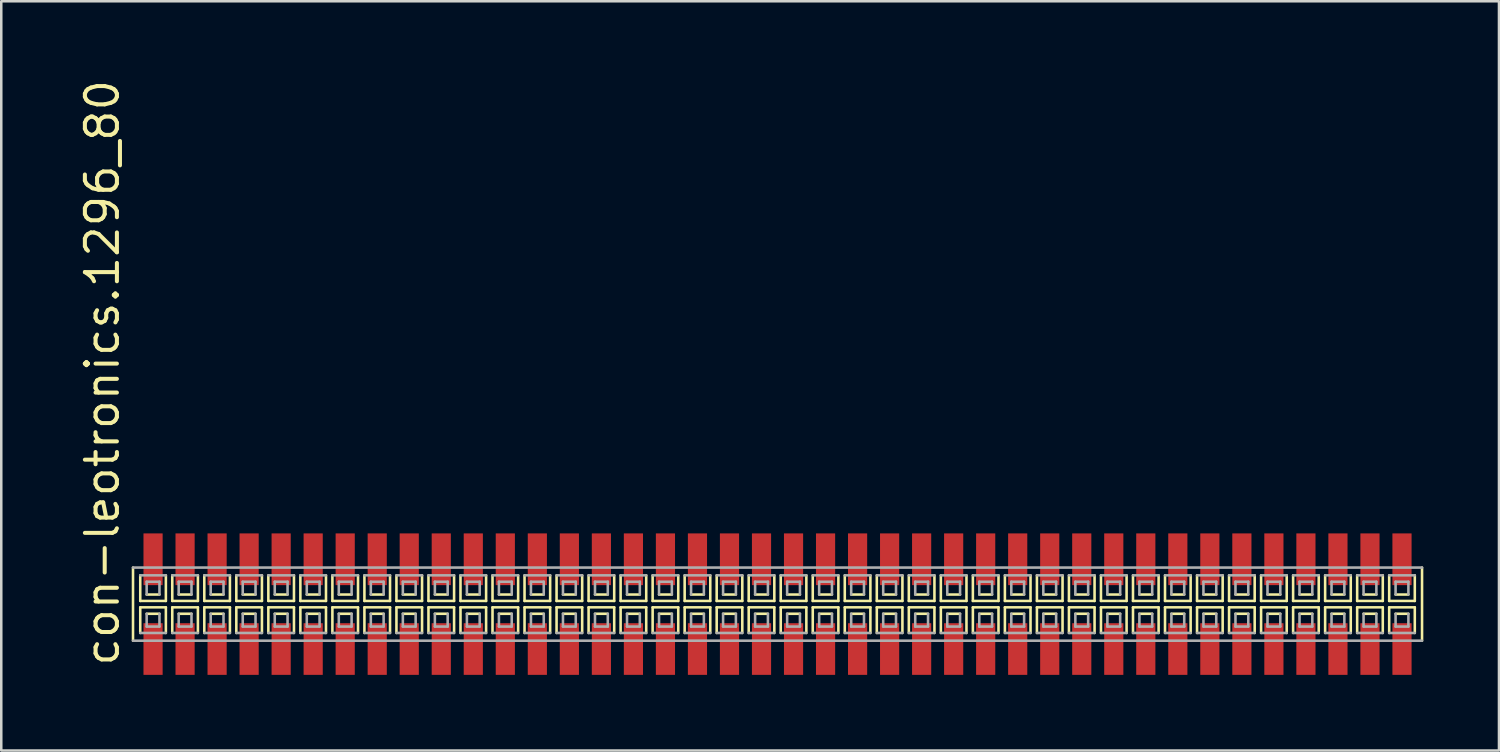
<source format=kicad_pcb>
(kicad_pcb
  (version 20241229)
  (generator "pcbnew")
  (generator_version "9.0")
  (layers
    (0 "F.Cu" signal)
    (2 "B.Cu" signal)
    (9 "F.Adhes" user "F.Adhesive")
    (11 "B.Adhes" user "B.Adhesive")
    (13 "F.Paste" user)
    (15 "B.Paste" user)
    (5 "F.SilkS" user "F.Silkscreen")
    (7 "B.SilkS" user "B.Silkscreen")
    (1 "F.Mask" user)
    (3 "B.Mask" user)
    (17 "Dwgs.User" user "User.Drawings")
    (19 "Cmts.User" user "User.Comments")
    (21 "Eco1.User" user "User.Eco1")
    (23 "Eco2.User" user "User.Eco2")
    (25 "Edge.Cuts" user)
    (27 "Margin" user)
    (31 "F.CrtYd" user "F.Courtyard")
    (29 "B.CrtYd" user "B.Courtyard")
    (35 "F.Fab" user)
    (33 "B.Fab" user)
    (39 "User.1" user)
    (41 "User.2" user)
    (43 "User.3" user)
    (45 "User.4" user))
  (footprint "con-leotronics.1296_80"
    (layer "F.Cu")
    (at 27.785 20.909)
    (property "Reference" "con-leotronics.1296_80" (at -26.035 2.54 90) (layer "F.SilkS") (effects (font (size 1.27 1.27) (thickness 0.16)) (justify left bottom)))
    (attr smd)
    (fp_line (start -25.56 -1.45) (end -25.56 1.45) (stroke (width 0.102) (type default)) (layer "F.SilkS"))
    (fp_line (start -25.273 -1.143) (end -25.273 -0.127) (stroke (width 0.102) (type default)) (layer "F.SilkS"))
    (fp_line (start -25.273 -0.127) (end -24.257 -0.127) (stroke (width 0.102) (type default)) (layer "F.SilkS"))
    (fp_line (start -25.273 0.127) (end -25.273 1.143) (stroke (width 0.102) (type default)) (layer "F.SilkS"))
    (fp_line (start -25.019 -0.381) (end -24.511 -0.381) (stroke (width 0.102) (type default)) (layer "F.SilkS"))
    (fp_line (start -24.511 0.381) (end -25.019 0.381) (stroke (width 0.102) (type default)) (layer "F.SilkS"))
    (fp_line (start -24.257 -0.127) (end -24.257 -1.143) (stroke (width 0.102) (type default)) (layer "F.SilkS"))
    (fp_line (start -24.257 0.127) (end -25.273 0.127) (stroke (width 0.102) (type default)) (layer "F.SilkS"))
    (fp_line (start -24.257 1.143) (end -24.257 0.127) (stroke (width 0.102) (type default)) (layer "F.SilkS"))
    (fp_line (start -24.003 -1.143) (end -24.003 -0.127) (stroke (width 0.102) (type default)) (layer "F.SilkS"))
    (fp_line (start -24.003 -0.127) (end -22.987 -0.127) (stroke (width 0.102) (type default)) (layer "F.SilkS"))
    (fp_line (start -24.003 0.127) (end -24.003 1.143) (stroke (width 0.102) (type default)) (layer "F.SilkS"))
    (fp_line (start -23.749 -0.381) (end -23.241 -0.381) (stroke (width 0.102) (type default)) (layer "F.SilkS"))
    (fp_line (start -23.241 0.381) (end -23.749 0.381) (stroke (width 0.102) (type default)) (layer "F.SilkS"))
    (fp_line (start -22.987 -0.127) (end -22.987 -1.143) (stroke (width 0.102) (type default)) (layer "F.SilkS"))
    (fp_line (start -22.987 0.127) (end -24.003 0.127) (stroke (width 0.102) (type default)) (layer "F.SilkS"))
    (fp_line (start -22.987 1.143) (end -22.987 0.127) (stroke (width 0.102) (type default)) (layer "F.SilkS"))
    (fp_line (start -22.733 -1.143) (end -22.733 -0.127) (stroke (width 0.102) (type default)) (layer "F.SilkS"))
    (fp_line (start -22.733 -0.127) (end -21.717 -0.127) (stroke (width 0.102) (type default)) (layer "F.SilkS"))
    (fp_line (start -22.733 0.127) (end -22.733 1.143) (stroke (width 0.102) (type default)) (layer "F.SilkS"))
    (fp_line (start -22.479 -0.381) (end -21.971 -0.381) (stroke (width 0.102) (type default)) (layer "F.SilkS"))
    (fp_line (start -21.971 0.381) (end -22.479 0.381) (stroke (width 0.102) (type default)) (layer "F.SilkS"))
    (fp_line (start -21.717 -0.127) (end -21.717 -1.143) (stroke (width 0.102) (type default)) (layer "F.SilkS"))
    (fp_line (start -21.717 0.127) (end -22.733 0.127) (stroke (width 0.102) (type default)) (layer "F.SilkS"))
    (fp_line (start -21.717 1.143) (end -21.717 0.127) (stroke (width 0.102) (type default)) (layer "F.SilkS"))
    (fp_line (start -21.463 -1.143) (end -21.463 -0.127) (stroke (width 0.102) (type default)) (layer "F.SilkS"))
    (fp_line (start -21.463 -0.127) (end -20.447 -0.127) (stroke (width 0.102) (type default)) (layer "F.SilkS"))
    (fp_line (start -21.463 0.127) (end -21.463 1.143) (stroke (width 0.102) (type default)) (layer "F.SilkS"))
    (fp_line (start -21.209 -0.381) (end -20.701 -0.381) (stroke (width 0.102) (type default)) (layer "F.SilkS"))
    (fp_line (start -20.701 0.381) (end -21.209 0.381) (stroke (width 0.102) (type default)) (layer "F.SilkS"))
    (fp_line (start -20.447 -0.127) (end -20.447 -1.143) (stroke (width 0.102) (type default)) (layer "F.SilkS"))
    (fp_line (start -20.447 0.127) (end -21.463 0.127) (stroke (width 0.102) (type default)) (layer "F.SilkS"))
    (fp_line (start -20.447 1.143) (end -20.447 0.127) (stroke (width 0.102) (type default)) (layer "F.SilkS"))
    (fp_line (start -20.193 -1.143) (end -20.193 -0.127) (stroke (width 0.102) (type default)) (layer "F.SilkS"))
    (fp_line (start -20.193 -0.127) (end -19.177 -0.127) (stroke (width 0.102) (type default)) (layer "F.SilkS"))
    (fp_line (start -20.193 0.127) (end -20.193 1.143) (stroke (width 0.102) (type default)) (layer "F.SilkS"))
    (fp_line (start -19.939 -0.381) (end -19.431 -0.381) (stroke (width 0.102) (type default)) (layer "F.SilkS"))
    (fp_line (start -19.431 0.381) (end -19.939 0.381) (stroke (width 0.102) (type default)) (layer "F.SilkS"))
    (fp_line (start -19.177 -0.127) (end -19.177 -1.143) (stroke (width 0.102) (type default)) (layer "F.SilkS"))
    (fp_line (start -19.177 0.127) (end -20.193 0.127) (stroke (width 0.102) (type default)) (layer "F.SilkS"))
    (fp_line (start -19.177 1.143) (end -19.177 0.127) (stroke (width 0.102) (type default)) (layer "F.SilkS"))
    (fp_line (start -18.923 -1.143) (end -18.923 -0.127) (stroke (width 0.102) (type default)) (layer "F.SilkS"))
    (fp_line (start -18.923 -0.127) (end -17.907 -0.127) (stroke (width 0.102) (type default)) (layer "F.SilkS"))
    (fp_line (start -18.923 0.127) (end -18.923 1.143) (stroke (width 0.102) (type default)) (layer "F.SilkS"))
    (fp_line (start -18.669 -0.381) (end -18.161 -0.381) (stroke (width 0.102) (type default)) (layer "F.SilkS"))
    (fp_line (start -18.161 0.381) (end -18.669 0.381) (stroke (width 0.102) (type default)) (layer "F.SilkS"))
    (fp_line (start -17.907 -0.127) (end -17.907 -1.143) (stroke (width 0.102) (type default)) (layer "F.SilkS"))
    (fp_line (start -17.907 0.127) (end -18.923 0.127) (stroke (width 0.102) (type default)) (layer "F.SilkS"))
    (fp_line (start -17.907 1.143) (end -17.907 0.127) (stroke (width 0.102) (type default)) (layer "F.SilkS"))
    (fp_line (start -17.653 -1.143) (end -17.653 -0.127) (stroke (width 0.102) (type default)) (layer "F.SilkS"))
    (fp_line (start -17.653 -0.127) (end -16.637 -0.127) (stroke (width 0.102) (type default)) (layer "F.SilkS"))
    (fp_line (start -17.653 0.127) (end -17.653 1.143) (stroke (width 0.102) (type default)) (layer "F.SilkS"))
    (fp_line (start -17.399 -0.381) (end -16.891 -0.381) (stroke (width 0.102) (type default)) (layer "F.SilkS"))
    (fp_line (start -16.891 0.381) (end -17.399 0.381) (stroke (width 0.102) (type default)) (layer "F.SilkS"))
    (fp_line (start -16.637 -0.127) (end -16.637 -1.143) (stroke (width 0.102) (type default)) (layer "F.SilkS"))
    (fp_line (start -16.637 0.127) (end -17.653 0.127) (stroke (width 0.102) (type default)) (layer "F.SilkS"))
    (fp_line (start -16.637 1.143) (end -16.637 0.127) (stroke (width 0.102) (type default)) (layer "F.SilkS"))
    (fp_line (start -16.383 -1.143) (end -16.383 -0.127) (stroke (width 0.102) (type default)) (layer "F.SilkS"))
    (fp_line (start -16.383 -0.127) (end -15.367 -0.127) (stroke (width 0.102) (type default)) (layer "F.SilkS"))
    (fp_line (start -16.383 0.127) (end -16.383 1.143) (stroke (width 0.102) (type default)) (layer "F.SilkS"))
    (fp_line (start -16.129 -0.381) (end -15.621 -0.381) (stroke (width 0.102) (type default)) (layer "F.SilkS"))
    (fp_line (start -15.621 0.381) (end -16.129 0.381) (stroke (width 0.102) (type default)) (layer "F.SilkS"))
    (fp_line (start -15.367 -0.127) (end -15.367 -1.143) (stroke (width 0.102) (type default)) (layer "F.SilkS"))
    (fp_line (start -15.367 0.127) (end -16.383 0.127) (stroke (width 0.102) (type default)) (layer "F.SilkS"))
    (fp_line (start -15.367 1.143) (end -15.367 0.127) (stroke (width 0.102) (type default)) (layer "F.SilkS"))
    (fp_line (start -15.113 -1.143) (end -15.113 -0.127) (stroke (width 0.102) (type default)) (layer "F.SilkS"))
    (fp_line (start -15.113 -0.127) (end -14.097 -0.127) (stroke (width 0.102) (type default)) (layer "F.SilkS"))
    (fp_line (start -15.113 0.127) (end -15.113 1.143) (stroke (width 0.102) (type default)) (layer "F.SilkS"))
    (fp_line (start -14.859 -0.381) (end -14.351 -0.381) (stroke (width 0.102) (type default)) (layer "F.SilkS"))
    (fp_line (start -14.351 0.381) (end -14.859 0.381) (stroke (width 0.102) (type default)) (layer "F.SilkS"))
    (fp_line (start -14.097 -0.127) (end -14.097 -1.143) (stroke (width 0.102) (type default)) (layer "F.SilkS"))
    (fp_line (start -14.097 0.127) (end -15.113 0.127) (stroke (width 0.102) (type default)) (layer "F.SilkS"))
    (fp_line (start -14.097 1.143) (end -14.097 0.127) (stroke (width 0.102) (type default)) (layer "F.SilkS"))
    (fp_line (start -13.843 -1.143) (end -13.843 -0.127) (stroke (width 0.102) (type default)) (layer "F.SilkS"))
    (fp_line (start -13.843 -0.127) (end -12.827 -0.127) (stroke (width 0.102) (type default)) (layer "F.SilkS"))
    (fp_line (start -13.843 0.127) (end -13.843 1.143) (stroke (width 0.102) (type default)) (layer "F.SilkS"))
    (fp_line (start -13.589 -0.381) (end -13.081 -0.381) (stroke (width 0.102) (type default)) (layer "F.SilkS"))
    (fp_line (start -13.081 0.381) (end -13.589 0.381) (stroke (width 0.102) (type default)) (layer "F.SilkS"))
    (fp_line (start -12.827 -0.127) (end -12.827 -1.143) (stroke (width 0.102) (type default)) (layer "F.SilkS"))
    (fp_line (start -12.827 0.127) (end -13.843 0.127) (stroke (width 0.102) (type default)) (layer "F.SilkS"))
    (fp_line (start -12.827 1.143) (end -12.827 0.127) (stroke (width 0.102) (type default)) (layer "F.SilkS"))
    (fp_line (start -12.573 -1.143) (end -12.573 -0.127) (stroke (width 0.102) (type default)) (layer "F.SilkS"))
    (fp_line (start -12.573 -0.127) (end -11.557 -0.127) (stroke (width 0.102) (type default)) (layer "F.SilkS"))
    (fp_line (start -12.573 0.127) (end -12.573 1.143) (stroke (width 0.102) (type default)) (layer "F.SilkS"))
    (fp_line (start -12.319 -0.381) (end -11.811 -0.381) (stroke (width 0.102) (type default)) (layer "F.SilkS"))
    (fp_line (start -11.811 0.381) (end -12.319 0.381) (stroke (width 0.102) (type default)) (layer "F.SilkS"))
    (fp_line (start -11.557 -0.127) (end -11.557 -1.143) (stroke (width 0.102) (type default)) (layer "F.SilkS"))
    (fp_line (start -11.557 0.127) (end -12.573 0.127) (stroke (width 0.102) (type default)) (layer "F.SilkS"))
    (fp_line (start -11.557 1.143) (end -11.557 0.127) (stroke (width 0.102) (type default)) (layer "F.SilkS"))
    (fp_line (start -11.303 -1.143) (end -11.303 -0.127) (stroke (width 0.102) (type default)) (layer "F.SilkS"))
    (fp_line (start -11.303 -0.127) (end -10.287 -0.127) (stroke (width 0.102) (type default)) (layer "F.SilkS"))
    (fp_line (start -11.303 0.127) (end -11.303 1.143) (stroke (width 0.102) (type default)) (layer "F.SilkS"))
    (fp_line (start -11.049 -0.381) (end -10.541 -0.381) (stroke (width 0.102) (type default)) (layer "F.SilkS"))
    (fp_line (start -10.541 0.381) (end -11.049 0.381) (stroke (width 0.102) (type default)) (layer "F.SilkS"))
    (fp_line (start -10.287 -0.127) (end -10.287 -1.143) (stroke (width 0.102) (type default)) (layer "F.SilkS"))
    (fp_line (start -10.287 0.127) (end -11.303 0.127) (stroke (width 0.102) (type default)) (layer "F.SilkS"))
    (fp_line (start -10.287 1.143) (end -10.287 0.127) (stroke (width 0.102) (type default)) (layer "F.SilkS"))
    (fp_line (start -10.033 -1.143) (end -10.033 -0.127) (stroke (width 0.102) (type default)) (layer "F.SilkS"))
    (fp_line (start -10.033 -0.127) (end -9.017 -0.127) (stroke (width 0.102) (type default)) (layer "F.SilkS"))
    (fp_line (start -10.033 0.127) (end -10.033 1.143) (stroke (width 0.102) (type default)) (layer "F.SilkS"))
    (fp_line (start -9.779 -0.381) (end -9.271 -0.381) (stroke (width 0.102) (type default)) (layer "F.SilkS"))
    (fp_line (start -9.271 0.381) (end -9.779 0.381) (stroke (width 0.102) (type default)) (layer "F.SilkS"))
    (fp_line (start -9.017 -0.127) (end -9.017 -1.143) (stroke (width 0.102) (type default)) (layer "F.SilkS"))
    (fp_line (start -9.017 0.127) (end -10.033 0.127) (stroke (width 0.102) (type default)) (layer "F.SilkS"))
    (fp_line (start -9.017 1.143) (end -9.017 0.127) (stroke (width 0.102) (type default)) (layer "F.SilkS"))
    (fp_line (start -8.763 -1.143) (end -8.763 -0.127) (stroke (width 0.102) (type default)) (layer "F.SilkS"))
    (fp_line (start -8.763 -0.127) (end -7.747 -0.127) (stroke (width 0.102) (type default)) (layer "F.SilkS"))
    (fp_line (start -8.763 0.127) (end -8.763 1.143) (stroke (width 0.102) (type default)) (layer "F.SilkS"))
    (fp_line (start -8.509 -0.381) (end -8.001 -0.381) (stroke (width 0.102) (type default)) (layer "F.SilkS"))
    (fp_line (start -8.001 0.381) (end -8.509 0.381) (stroke (width 0.102) (type default)) (layer "F.SilkS"))
    (fp_line (start -7.747 -0.127) (end -7.747 -1.143) (stroke (width 0.102) (type default)) (layer "F.SilkS"))
    (fp_line (start -7.747 0.127) (end -8.763 0.127) (stroke (width 0.102) (type default)) (layer "F.SilkS"))
    (fp_line (start -7.747 1.143) (end -7.747 0.127) (stroke (width 0.102) (type default)) (layer "F.SilkS"))
    (fp_line (start -7.493 -1.143) (end -7.493 -0.127) (stroke (width 0.102) (type default)) (layer "F.SilkS"))
    (fp_line (start -7.493 -0.127) (end -6.477 -0.127) (stroke (width 0.102) (type default)) (layer "F.SilkS"))
    (fp_line (start -7.493 0.127) (end -7.493 1.143) (stroke (width 0.102) (type default)) (layer "F.SilkS"))
    (fp_line (start -7.239 -0.381) (end -6.731 -0.381) (stroke (width 0.102) (type default)) (layer "F.SilkS"))
    (fp_line (start -6.731 0.381) (end -7.239 0.381) (stroke (width 0.102) (type default)) (layer "F.SilkS"))
    (fp_line (start -6.477 -0.127) (end -6.477 -1.143) (stroke (width 0.102) (type default)) (layer "F.SilkS"))
    (fp_line (start -6.477 0.127) (end -7.493 0.127) (stroke (width 0.102) (type default)) (layer "F.SilkS"))
    (fp_line (start -6.477 1.143) (end -6.477 0.127) (stroke (width 0.102) (type default)) (layer "F.SilkS"))
    (fp_line (start -6.223 -1.143) (end -6.223 -0.127) (stroke (width 0.102) (type default)) (layer "F.SilkS"))
    (fp_line (start -6.223 -0.127) (end -5.207 -0.127) (stroke (width 0.102) (type default)) (layer "F.SilkS"))
    (fp_line (start -6.223 0.127) (end -6.223 1.143) (stroke (width 0.102) (type default)) (layer "F.SilkS"))
    (fp_line (start -5.969 -0.381) (end -5.461 -0.381) (stroke (width 0.102) (type default)) (layer "F.SilkS"))
    (fp_line (start -5.461 0.381) (end -5.969 0.381) (stroke (width 0.102) (type default)) (layer "F.SilkS"))
    (fp_line (start -5.207 -0.127) (end -5.207 -1.143) (stroke (width 0.102) (type default)) (layer "F.SilkS"))
    (fp_line (start -5.207 0.127) (end -6.223 0.127) (stroke (width 0.102) (type default)) (layer "F.SilkS"))
    (fp_line (start -5.207 1.143) (end -5.207 0.127) (stroke (width 0.102) (type default)) (layer "F.SilkS"))
    (fp_line (start -4.953 -1.143) (end -4.953 -0.127) (stroke (width 0.102) (type default)) (layer "F.SilkS"))
    (fp_line (start -4.953 -0.127) (end -3.937 -0.127) (stroke (width 0.102) (type default)) (layer "F.SilkS"))
    (fp_line (start -4.953 0.127) (end -4.953 1.143) (stroke (width 0.102) (type default)) (layer "F.SilkS"))
    (fp_line (start -4.699 -0.381) (end -4.191 -0.381) (stroke (width 0.102) (type default)) (layer "F.SilkS"))
    (fp_line (start -4.191 0.381) (end -4.699 0.381) (stroke (width 0.102) (type default)) (layer "F.SilkS"))
    (fp_line (start -3.937 -0.127) (end -3.937 -1.143) (stroke (width 0.102) (type default)) (layer "F.SilkS"))
    (fp_line (start -3.937 0.127) (end -4.953 0.127) (stroke (width 0.102) (type default)) (layer "F.SilkS"))
    (fp_line (start -3.937 1.143) (end -3.937 0.127) (stroke (width 0.102) (type default)) (layer "F.SilkS"))
    (fp_line (start -3.683 -1.143) (end -3.683 -0.127) (stroke (width 0.102) (type default)) (layer "F.SilkS"))
    (fp_line (start -3.683 -0.127) (end -2.667 -0.127) (stroke (width 0.102) (type default)) (layer "F.SilkS"))
    (fp_line (start -3.683 0.127) (end -3.683 1.143) (stroke (width 0.102) (type default)) (layer "F.SilkS"))
    (fp_line (start -3.429 -0.381) (end -2.921 -0.381) (stroke (width 0.102) (type default)) (layer "F.SilkS"))
    (fp_line (start -2.921 0.381) (end -3.429 0.381) (stroke (width 0.102) (type default)) (layer "F.SilkS"))
    (fp_line (start -2.667 -0.127) (end -2.667 -1.143) (stroke (width 0.102) (type default)) (layer "F.SilkS"))
    (fp_line (start -2.667 0.127) (end -3.683 0.127) (stroke (width 0.102) (type default)) (layer "F.SilkS"))
    (fp_line (start -2.667 1.143) (end -2.667 0.127) (stroke (width 0.102) (type default)) (layer "F.SilkS"))
    (fp_line (start -2.413 -1.143) (end -2.413 -0.127) (stroke (width 0.102) (type default)) (layer "F.SilkS"))
    (fp_line (start -2.413 -0.127) (end -1.397 -0.127) (stroke (width 0.102) (type default)) (layer "F.SilkS"))
    (fp_line (start -2.413 0.127) (end -2.413 1.143) (stroke (width 0.102) (type default)) (layer "F.SilkS"))
    (fp_line (start -2.159 -0.381) (end -1.651 -0.381) (stroke (width 0.102) (type default)) (layer "F.SilkS"))
    (fp_line (start -1.651 0.381) (end -2.159 0.381) (stroke (width 0.102) (type default)) (layer "F.SilkS"))
    (fp_line (start -1.397 -0.127) (end -1.397 -1.143) (stroke (width 0.102) (type default)) (layer "F.SilkS"))
    (fp_line (start -1.397 0.127) (end -2.413 0.127) (stroke (width 0.102) (type default)) (layer "F.SilkS"))
    (fp_line (start -1.397 1.143) (end -1.397 0.127) (stroke (width 0.102) (type default)) (layer "F.SilkS"))
    (fp_line (start -1.143 -1.143) (end -1.143 -0.127) (stroke (width 0.102) (type default)) (layer "F.SilkS"))
    (fp_line (start -1.143 -0.127) (end -0.127 -0.127) (stroke (width 0.102) (type default)) (layer "F.SilkS"))
    (fp_line (start -1.143 0.127) (end -1.143 1.143) (stroke (width 0.102) (type default)) (layer "F.SilkS"))
    (fp_line (start -0.889 -0.381) (end -0.381 -0.381) (stroke (width 0.102) (type default)) (layer "F.SilkS"))
    (fp_line (start -0.381 0.381) (end -0.889 0.381) (stroke (width 0.102) (type default)) (layer "F.SilkS"))
    (fp_line (start -0.127 -0.127) (end -0.127 -1.143) (stroke (width 0.102) (type default)) (layer "F.SilkS"))
    (fp_line (start -0.127 0.127) (end -1.143 0.127) (stroke (width 0.102) (type default)) (layer "F.SilkS"))
    (fp_line (start -0.127 1.143) (end -0.127 0.127) (stroke (width 0.102) (type default)) (layer "F.SilkS"))
    (fp_line (start 0.127 -1.143) (end 0.127 -0.127) (stroke (width 0.102) (type default)) (layer "F.SilkS"))
    (fp_line (start 0.127 -0.127) (end 1.143 -0.127) (stroke (width 0.102) (type default)) (layer "F.SilkS"))
    (fp_line (start 0.127 0.127) (end 0.127 1.143) (stroke (width 0.102) (type default)) (layer "F.SilkS"))
    (fp_line (start 0.381 -0.381) (end 0.889 -0.381) (stroke (width 0.102) (type default)) (layer "F.SilkS"))
    (fp_line (start 0.889 0.381) (end 0.381 0.381) (stroke (width 0.102) (type default)) (layer "F.SilkS"))
    (fp_line (start 1.143 -0.127) (end 1.143 -1.143) (stroke (width 0.102) (type default)) (layer "F.SilkS"))
    (fp_line (start 1.143 0.127) (end 0.127 0.127) (stroke (width 0.102) (type default)) (layer "F.SilkS"))
    (fp_line (start 1.143 1.143) (end 1.143 0.127) (stroke (width 0.102) (type default)) (layer "F.SilkS"))
    (fp_line (start 1.397 -1.143) (end 1.397 -0.127) (stroke (width 0.102) (type default)) (layer "F.SilkS"))
    (fp_line (start 1.397 -0.127) (end 2.413 -0.127) (stroke (width 0.102) (type default)) (layer "F.SilkS"))
    (fp_line (start 1.397 0.127) (end 1.397 1.143) (stroke (width 0.102) (type default)) (layer "F.SilkS"))
    (fp_line (start 1.651 -0.381) (end 2.159 -0.381) (stroke (width 0.102) (type default)) (layer "F.SilkS"))
    (fp_line (start 2.159 0.381) (end 1.651 0.381) (stroke (width 0.102) (type default)) (layer "F.SilkS"))
    (fp_line (start 2.413 -0.127) (end 2.413 -1.143) (stroke (width 0.102) (type default)) (layer "F.SilkS"))
    (fp_line (start 2.413 0.127) (end 1.397 0.127) (stroke (width 0.102) (type default)) (layer "F.SilkS"))
    (fp_line (start 2.413 1.143) (end 2.413 0.127) (stroke (width 0.102) (type default)) (layer "F.SilkS"))
    (fp_line (start 2.667 -1.143) (end 2.667 -0.127) (stroke (width 0.102) (type default)) (layer "F.SilkS"))
    (fp_line (start 2.667 -0.127) (end 3.683 -0.127) (stroke (width 0.102) (type default)) (layer "F.SilkS"))
    (fp_line (start 2.667 0.127) (end 2.667 1.143) (stroke (width 0.102) (type default)) (layer "F.SilkS"))
    (fp_line (start 2.921 -0.381) (end 3.429 -0.381) (stroke (width 0.102) (type default)) (layer "F.SilkS"))
    (fp_line (start 3.429 0.381) (end 2.921 0.381) (stroke (width 0.102) (type default)) (layer "F.SilkS"))
    (fp_line (start 3.683 -0.127) (end 3.683 -1.143) (stroke (width 0.102) (type default)) (layer "F.SilkS"))
    (fp_line (start 3.683 0.127) (end 2.667 0.127) (stroke (width 0.102) (type default)) (layer "F.SilkS"))
    (fp_line (start 3.683 1.143) (end 3.683 0.127) (stroke (width 0.102) (type default)) (layer "F.SilkS"))
    (fp_line (start 3.937 -1.143) (end 3.937 -0.127) (stroke (width 0.102) (type default)) (layer "F.SilkS"))
    (fp_line (start 3.937 -0.127) (end 4.953 -0.127) (stroke (width 0.102) (type default)) (layer "F.SilkS"))
    (fp_line (start 3.937 0.127) (end 3.937 1.143) (stroke (width 0.102) (type default)) (layer "F.SilkS"))
    (fp_line (start 4.191 -0.381) (end 4.699 -0.381) (stroke (width 0.102) (type default)) (layer "F.SilkS"))
    (fp_line (start 4.699 0.381) (end 4.191 0.381) (stroke (width 0.102) (type default)) (layer "F.SilkS"))
    (fp_line (start 4.953 -0.127) (end 4.953 -1.143) (stroke (width 0.102) (type default)) (layer "F.SilkS"))
    (fp_line (start 4.953 0.127) (end 3.937 0.127) (stroke (width 0.102) (type default)) (layer "F.SilkS"))
    (fp_line (start 4.953 1.143) (end 4.953 0.127) (stroke (width 0.102) (type default)) (layer "F.SilkS"))
    (fp_line (start 5.207 -1.143) (end 5.207 -0.127) (stroke (width 0.102) (type default)) (layer "F.SilkS"))
    (fp_line (start 5.207 -0.127) (end 6.223 -0.127) (stroke (width 0.102) (type default)) (layer "F.SilkS"))
    (fp_line (start 5.207 0.127) (end 5.207 1.143) (stroke (width 0.102) (type default)) (layer "F.SilkS"))
    (fp_line (start 5.461 -0.381) (end 5.969 -0.381) (stroke (width 0.102) (type default)) (layer "F.SilkS"))
    (fp_line (start 5.969 0.381) (end 5.461 0.381) (stroke (width 0.102) (type default)) (layer "F.SilkS"))
    (fp_line (start 6.223 -0.127) (end 6.223 -1.143) (stroke (width 0.102) (type default)) (layer "F.SilkS"))
    (fp_line (start 6.223 0.127) (end 5.207 0.127) (stroke (width 0.102) (type default)) (layer "F.SilkS"))
    (fp_line (start 6.223 1.143) (end 6.223 0.127) (stroke (width 0.102) (type default)) (layer "F.SilkS"))
    (fp_line (start 6.477 -1.143) (end 6.477 -0.127) (stroke (width 0.102) (type default)) (layer "F.SilkS"))
    (fp_line (start 6.477 -0.127) (end 7.493 -0.127) (stroke (width 0.102) (type default)) (layer "F.SilkS"))
    (fp_line (start 6.477 0.127) (end 6.477 1.143) (stroke (width 0.102) (type default)) (layer "F.SilkS"))
    (fp_line (start 6.731 -0.381) (end 7.239 -0.381) (stroke (width 0.102) (type default)) (layer "F.SilkS"))
    (fp_line (start 7.239 0.381) (end 6.731 0.381) (stroke (width 0.102) (type default)) (layer "F.SilkS"))
    (fp_line (start 7.493 -0.127) (end 7.493 -1.143) (stroke (width 0.102) (type default)) (layer "F.SilkS"))
    (fp_line (start 7.493 0.127) (end 6.477 0.127) (stroke (width 0.102) (type default)) (layer "F.SilkS"))
    (fp_line (start 7.493 1.143) (end 7.493 0.127) (stroke (width 0.102) (type default)) (layer "F.SilkS"))
    (fp_line (start 7.747 -1.143) (end 7.747 -0.127) (stroke (width 0.102) (type default)) (layer "F.SilkS"))
    (fp_line (start 7.747 -0.127) (end 8.763 -0.127) (stroke (width 0.102) (type default)) (layer "F.SilkS"))
    (fp_line (start 7.747 0.127) (end 7.747 1.143) (stroke (width 0.102) (type default)) (layer "F.SilkS"))
    (fp_line (start 8.001 -0.381) (end 8.509 -0.381) (stroke (width 0.102) (type default)) (layer "F.SilkS"))
    (fp_line (start 8.509 0.381) (end 8.001 0.381) (stroke (width 0.102) (type default)) (layer "F.SilkS"))
    (fp_line (start 8.763 -0.127) (end 8.763 -1.143) (stroke (width 0.102) (type default)) (layer "F.SilkS"))
    (fp_line (start 8.763 0.127) (end 7.747 0.127) (stroke (width 0.102) (type default)) (layer "F.SilkS"))
    (fp_line (start 8.763 1.143) (end 8.763 0.127) (stroke (width 0.102) (type default)) (layer "F.SilkS"))
    (fp_line (start 9.017 -1.143) (end 9.017 -0.127) (stroke (width 0.102) (type default)) (layer "F.SilkS"))
    (fp_line (start 9.017 -0.127) (end 10.033 -0.127) (stroke (width 0.102) (type default)) (layer "F.SilkS"))
    (fp_line (start 9.017 0.127) (end 9.017 1.143) (stroke (width 0.102) (type default)) (layer "F.SilkS"))
    (fp_line (start 9.271 -0.381) (end 9.779 -0.381) (stroke (width 0.102) (type default)) (layer "F.SilkS"))
    (fp_line (start 9.779 0.381) (end 9.271 0.381) (stroke (width 0.102) (type default)) (layer "F.SilkS"))
    (fp_line (start 10.033 -0.127) (end 10.033 -1.143) (stroke (width 0.102) (type default)) (layer "F.SilkS"))
    (fp_line (start 10.033 0.127) (end 9.017 0.127) (stroke (width 0.102) (type default)) (layer "F.SilkS"))
    (fp_line (start 10.033 1.143) (end 10.033 0.127) (stroke (width 0.102) (type default)) (layer "F.SilkS"))
    (fp_line (start 10.287 -1.143) (end 10.287 -0.127) (stroke (width 0.102) (type default)) (layer "F.SilkS"))
    (fp_line (start 10.287 -0.127) (end 11.303 -0.127) (stroke (width 0.102) (type default)) (layer "F.SilkS"))
    (fp_line (start 10.287 0.127) (end 10.287 1.143) (stroke (width 0.102) (type default)) (layer "F.SilkS"))
    (fp_line (start 10.541 -0.381) (end 11.049 -0.381) (stroke (width 0.102) (type default)) (layer "F.SilkS"))
    (fp_line (start 11.049 0.381) (end 10.541 0.381) (stroke (width 0.102) (type default)) (layer "F.SilkS"))
    (fp_line (start 11.303 -0.127) (end 11.303 -1.143) (stroke (width 0.102) (type default)) (layer "F.SilkS"))
    (fp_line (start 11.303 0.127) (end 10.287 0.127) (stroke (width 0.102) (type default)) (layer "F.SilkS"))
    (fp_line (start 11.303 1.143) (end 11.303 0.127) (stroke (width 0.102) (type default)) (layer "F.SilkS"))
    (fp_line (start 11.557 -1.143) (end 11.557 -0.127) (stroke (width 0.102) (type default)) (layer "F.SilkS"))
    (fp_line (start 11.557 -0.127) (end 12.573 -0.127) (stroke (width 0.102) (type default)) (layer "F.SilkS"))
    (fp_line (start 11.557 0.127) (end 11.557 1.143) (stroke (width 0.102) (type default)) (layer "F.SilkS"))
    (fp_line (start 11.811 -0.381) (end 12.319 -0.381) (stroke (width 0.102) (type default)) (layer "F.SilkS"))
    (fp_line (start 12.319 0.381) (end 11.811 0.381) (stroke (width 0.102) (type default)) (layer "F.SilkS"))
    (fp_line (start 12.573 -0.127) (end 12.573 -1.143) (stroke (width 0.102) (type default)) (layer "F.SilkS"))
    (fp_line (start 12.573 0.127) (end 11.557 0.127) (stroke (width 0.102) (type default)) (layer "F.SilkS"))
    (fp_line (start 12.573 1.143) (end 12.573 0.127) (stroke (width 0.102) (type default)) (layer "F.SilkS"))
    (fp_line (start 12.827 -1.143) (end 12.827 -0.127) (stroke (width 0.102) (type default)) (layer "F.SilkS"))
    (fp_line (start 12.827 -0.127) (end 13.843 -0.127) (stroke (width 0.102) (type default)) (layer "F.SilkS"))
    (fp_line (start 12.827 0.127) (end 12.827 1.143) (stroke (width 0.102) (type default)) (layer "F.SilkS"))
    (fp_line (start 13.081 -0.381) (end 13.589 -0.381) (stroke (width 0.102) (type default)) (layer "F.SilkS"))
    (fp_line (start 13.589 0.381) (end 13.081 0.381) (stroke (width 0.102) (type default)) (layer "F.SilkS"))
    (fp_line (start 13.843 -0.127) (end 13.843 -1.143) (stroke (width 0.102) (type default)) (layer "F.SilkS"))
    (fp_line (start 13.843 0.127) (end 12.827 0.127) (stroke (width 0.102) (type default)) (layer "F.SilkS"))
    (fp_line (start 13.843 1.143) (end 13.843 0.127) (stroke (width 0.102) (type default)) (layer "F.SilkS"))
    (fp_line (start 14.097 -1.143) (end 14.097 -0.127) (stroke (width 0.102) (type default)) (layer "F.SilkS"))
    (fp_line (start 14.097 -0.127) (end 15.113 -0.127) (stroke (width 0.102) (type default)) (layer "F.SilkS"))
    (fp_line (start 14.097 0.127) (end 14.097 1.143) (stroke (width 0.102) (type default)) (layer "F.SilkS"))
    (fp_line (start 14.351 -0.381) (end 14.859 -0.381) (stroke (width 0.102) (type default)) (layer "F.SilkS"))
    (fp_line (start 14.859 0.381) (end 14.351 0.381) (stroke (width 0.102) (type default)) (layer "F.SilkS"))
    (fp_line (start 15.113 -0.127) (end 15.113 -1.143) (stroke (width 0.102) (type default)) (layer "F.SilkS"))
    (fp_line (start 15.113 0.127) (end 14.097 0.127) (stroke (width 0.102) (type default)) (layer "F.SilkS"))
    (fp_line (start 15.113 1.143) (end 15.113 0.127) (stroke (width 0.102) (type default)) (layer "F.SilkS"))
    (fp_line (start 15.367 -1.143) (end 15.367 -0.127) (stroke (width 0.102) (type default)) (layer "F.SilkS"))
    (fp_line (start 15.367 -0.127) (end 16.383 -0.127) (stroke (width 0.102) (type default)) (layer "F.SilkS"))
    (fp_line (start 15.367 0.127) (end 15.367 1.143) (stroke (width 0.102) (type default)) (layer "F.SilkS"))
    (fp_line (start 15.621 -0.381) (end 16.129 -0.381) (stroke (width 0.102) (type default)) (layer "F.SilkS"))
    (fp_line (start 16.129 0.381) (end 15.621 0.381) (stroke (width 0.102) (type default)) (layer "F.SilkS"))
    (fp_line (start 16.383 -0.127) (end 16.383 -1.143) (stroke (width 0.102) (type default)) (layer "F.SilkS"))
    (fp_line (start 16.383 0.127) (end 15.367 0.127) (stroke (width 0.102) (type default)) (layer "F.SilkS"))
    (fp_line (start 16.383 1.143) (end 16.383 0.127) (stroke (width 0.102) (type default)) (layer "F.SilkS"))
    (fp_line (start 16.637 -1.143) (end 16.637 -0.127) (stroke (width 0.102) (type default)) (layer "F.SilkS"))
    (fp_line (start 16.637 -0.127) (end 17.653 -0.127) (stroke (width 0.102) (type default)) (layer "F.SilkS"))
    (fp_line (start 16.637 0.127) (end 16.637 1.143) (stroke (width 0.102) (type default)) (layer "F.SilkS"))
    (fp_line (start 16.891 -0.381) (end 17.399 -0.381) (stroke (width 0.102) (type default)) (layer "F.SilkS"))
    (fp_line (start 17.399 0.381) (end 16.891 0.381) (stroke (width 0.102) (type default)) (layer "F.SilkS"))
    (fp_line (start 17.653 -0.127) (end 17.653 -1.143) (stroke (width 0.102) (type default)) (layer "F.SilkS"))
    (fp_line (start 17.653 0.127) (end 16.637 0.127) (stroke (width 0.102) (type default)) (layer "F.SilkS"))
    (fp_line (start 17.653 1.143) (end 17.653 0.127) (stroke (width 0.102) (type default)) (layer "F.SilkS"))
    (fp_line (start 17.907 -1.143) (end 17.907 -0.127) (stroke (width 0.102) (type default)) (layer "F.SilkS"))
    (fp_line (start 17.907 -0.127) (end 18.923 -0.127) (stroke (width 0.102) (type default)) (layer "F.SilkS"))
    (fp_line (start 17.907 0.127) (end 17.907 1.143) (stroke (width 0.102) (type default)) (layer "F.SilkS"))
    (fp_line (start 18.161 -0.381) (end 18.669 -0.381) (stroke (width 0.102) (type default)) (layer "F.SilkS"))
    (fp_line (start 18.669 0.381) (end 18.161 0.381) (stroke (width 0.102) (type default)) (layer "F.SilkS"))
    (fp_line (start 18.923 -0.127) (end 18.923 -1.143) (stroke (width 0.102) (type default)) (layer "F.SilkS"))
    (fp_line (start 18.923 0.127) (end 17.907 0.127) (stroke (width 0.102) (type default)) (layer "F.SilkS"))
    (fp_line (start 18.923 1.143) (end 18.923 0.127) (stroke (width 0.102) (type default)) (layer "F.SilkS"))
    (fp_line (start 19.177 -1.143) (end 19.177 -0.127) (stroke (width 0.102) (type default)) (layer "F.SilkS"))
    (fp_line (start 19.177 -0.127) (end 20.193 -0.127) (stroke (width 0.102) (type default)) (layer "F.SilkS"))
    (fp_line (start 19.177 0.127) (end 19.177 1.143) (stroke (width 0.102) (type default)) (layer "F.SilkS"))
    (fp_line (start 19.431 -0.381) (end 19.939 -0.381) (stroke (width 0.102) (type default)) (layer "F.SilkS"))
    (fp_line (start 19.939 0.381) (end 19.431 0.381) (stroke (width 0.102) (type default)) (layer "F.SilkS"))
    (fp_line (start 20.193 -0.127) (end 20.193 -1.143) (stroke (width 0.102) (type default)) (layer "F.SilkS"))
    (fp_line (start 20.193 0.127) (end 19.177 0.127) (stroke (width 0.102) (type default)) (layer "F.SilkS"))
    (fp_line (start 20.193 1.143) (end 20.193 0.127) (stroke (width 0.102) (type default)) (layer "F.SilkS"))
    (fp_line (start 20.447 -1.143) (end 20.447 -0.127) (stroke (width 0.102) (type default)) (layer "F.SilkS"))
    (fp_line (start 20.447 -0.127) (end 21.463 -0.127) (stroke (width 0.102) (type default)) (layer "F.SilkS"))
    (fp_line (start 20.447 0.127) (end 20.447 1.143) (stroke (width 0.102) (type default)) (layer "F.SilkS"))
    (fp_line (start 20.701 -0.381) (end 21.209 -0.381) (stroke (width 0.102) (type default)) (layer "F.SilkS"))
    (fp_line (start 21.209 0.381) (end 20.701 0.381) (stroke (width 0.102) (type default)) (layer "F.SilkS"))
    (fp_line (start 21.463 -0.127) (end 21.463 -1.143) (stroke (width 0.102) (type default)) (layer "F.SilkS"))
    (fp_line (start 21.463 0.127) (end 20.447 0.127) (stroke (width 0.102) (type default)) (layer "F.SilkS"))
    (fp_line (start 21.463 1.143) (end 21.463 0.127) (stroke (width 0.102) (type default)) (layer "F.SilkS"))
    (fp_line (start 21.717 -1.143) (end 21.717 -0.127) (stroke (width 0.102) (type default)) (layer "F.SilkS"))
    (fp_line (start 21.717 -0.127) (end 22.733 -0.127) (stroke (width 0.102) (type default)) (layer "F.SilkS"))
    (fp_line (start 21.717 0.127) (end 21.717 1.143) (stroke (width 0.102) (type default)) (layer "F.SilkS"))
    (fp_line (start 21.971 -0.381) (end 22.479 -0.381) (stroke (width 0.102) (type default)) (layer "F.SilkS"))
    (fp_line (start 22.479 0.381) (end 21.971 0.381) (stroke (width 0.102) (type default)) (layer "F.SilkS"))
    (fp_line (start 22.733 -0.127) (end 22.733 -1.143) (stroke (width 0.102) (type default)) (layer "F.SilkS"))
    (fp_line (start 22.733 0.127) (end 21.717 0.127) (stroke (width 0.102) (type default)) (layer "F.SilkS"))
    (fp_line (start 22.733 1.143) (end 22.733 0.127) (stroke (width 0.102) (type default)) (layer "F.SilkS"))
    (fp_line (start 22.987 -1.143) (end 22.987 -0.127) (stroke (width 0.102) (type default)) (layer "F.SilkS"))
    (fp_line (start 22.987 -0.127) (end 24.003 -0.127) (stroke (width 0.102) (type default)) (layer "F.SilkS"))
    (fp_line (start 22.987 0.127) (end 22.987 1.143) (stroke (width 0.102) (type default)) (layer "F.SilkS"))
    (fp_line (start 23.241 -0.381) (end 23.749 -0.381) (stroke (width 0.102) (type default)) (layer "F.SilkS"))
    (fp_line (start 23.749 0.381) (end 23.241 0.381) (stroke (width 0.102) (type default)) (layer "F.SilkS"))
    (fp_line (start 24.003 -0.127) (end 24.003 -1.143) (stroke (width 0.102) (type default)) (layer "F.SilkS"))
    (fp_line (start 24.003 0.127) (end 22.987 0.127) (stroke (width 0.102) (type default)) (layer "F.SilkS"))
    (fp_line (start 24.003 1.143) (end 24.003 0.127) (stroke (width 0.102) (type default)) (layer "F.SilkS"))
    (fp_line (start 24.257 -1.143) (end 24.257 -0.127) (stroke (width 0.102) (type default)) (layer "F.SilkS"))
    (fp_line (start 24.257 -0.127) (end 25.273 -0.127) (stroke (width 0.102) (type default)) (layer "F.SilkS"))
    (fp_line (start 24.257 0.127) (end 24.257 1.143) (stroke (width 0.102) (type default)) (layer "F.SilkS"))
    (fp_line (start 24.511 -0.381) (end 25.019 -0.381) (stroke (width 0.102) (type default)) (layer "F.SilkS"))
    (fp_line (start 25.019 0.381) (end 24.511 0.381) (stroke (width 0.102) (type default)) (layer "F.SilkS"))
    (fp_line (start 25.273 -0.127) (end 25.273 -1.143) (stroke (width 0.102) (type default)) (layer "F.SilkS"))
    (fp_line (start 25.273 0.127) (end 24.257 0.127) (stroke (width 0.102) (type default)) (layer "F.SilkS"))
    (fp_line (start 25.273 1.143) (end 25.273 0.127) (stroke (width 0.102) (type default)) (layer "F.SilkS"))
    (fp_line (start 25.56 1.45) (end 25.56 -1.45) (stroke (width 0.102) (type default)) (layer "F.SilkS"))
    (fp_line (start -25.56 1.45) (end 25.56 1.45) (stroke (width 0.102) (type default)) (layer "F.Fab"))
    (fp_line (start -25.273 1.143) (end -24.257 1.143) (stroke (width 0.102) (type default)) (layer "F.Fab"))
    (fp_line (start -25.019 -0.889) (end -25.019 -0.381) (stroke (width 0.102) (type default)) (layer "F.Fab"))
    (fp_line (start -25.019 0.381) (end -25.019 0.889) (stroke (width 0.102) (type default)) (layer "F.Fab"))
    (fp_line (start -25.019 0.889) (end -24.511 0.889) (stroke (width 0.102) (type default)) (layer "F.Fab"))
    (fp_line (start -24.511 -0.889) (end -25.019 -0.889) (stroke (width 0.102) (type default)) (layer "F.Fab"))
    (fp_line (start -24.511 -0.381) (end -24.511 -0.889) (stroke (width 0.102) (type default)) (layer "F.Fab"))
    (fp_line (start -24.511 0.889) (end -24.511 0.381) (stroke (width 0.102) (type default)) (layer "F.Fab"))
    (fp_line (start -24.257 -1.143) (end -25.273 -1.143) (stroke (width 0.102) (type default)) (layer "F.Fab"))
    (fp_line (start -24.003 1.143) (end -22.987 1.143) (stroke (width 0.102) (type default)) (layer "F.Fab"))
    (fp_line (start -23.749 -0.889) (end -23.749 -0.381) (stroke (width 0.102) (type default)) (layer "F.Fab"))
    (fp_line (start -23.749 0.381) (end -23.749 0.889) (stroke (width 0.102) (type default)) (layer "F.Fab"))
    (fp_line (start -23.749 0.889) (end -23.241 0.889) (stroke (width 0.102) (type default)) (layer "F.Fab"))
    (fp_line (start -23.241 -0.889) (end -23.749 -0.889) (stroke (width 0.102) (type default)) (layer "F.Fab"))
    (fp_line (start -23.241 -0.381) (end -23.241 -0.889) (stroke (width 0.102) (type default)) (layer "F.Fab"))
    (fp_line (start -23.241 0.889) (end -23.241 0.381) (stroke (width 0.102) (type default)) (layer "F.Fab"))
    (fp_line (start -22.987 -1.143) (end -24.003 -1.143) (stroke (width 0.102) (type default)) (layer "F.Fab"))
    (fp_line (start -22.733 1.143) (end -21.717 1.143) (stroke (width 0.102) (type default)) (layer "F.Fab"))
    (fp_line (start -22.479 -0.889) (end -22.479 -0.381) (stroke (width 0.102) (type default)) (layer "F.Fab"))
    (fp_line (start -22.479 0.381) (end -22.479 0.889) (stroke (width 0.102) (type default)) (layer "F.Fab"))
    (fp_line (start -22.479 0.889) (end -21.971 0.889) (stroke (width 0.102) (type default)) (layer "F.Fab"))
    (fp_line (start -21.971 -0.889) (end -22.479 -0.889) (stroke (width 0.102) (type default)) (layer "F.Fab"))
    (fp_line (start -21.971 -0.381) (end -21.971 -0.889) (stroke (width 0.102) (type default)) (layer "F.Fab"))
    (fp_line (start -21.971 0.889) (end -21.971 0.381) (stroke (width 0.102) (type default)) (layer "F.Fab"))
    (fp_line (start -21.717 -1.143) (end -22.733 -1.143) (stroke (width 0.102) (type default)) (layer "F.Fab"))
    (fp_line (start -21.463 1.143) (end -20.447 1.143) (stroke (width 0.102) (type default)) (layer "F.Fab"))
    (fp_line (start -21.209 -0.889) (end -21.209 -0.381) (stroke (width 0.102) (type default)) (layer "F.Fab"))
    (fp_line (start -21.209 0.381) (end -21.209 0.889) (stroke (width 0.102) (type default)) (layer "F.Fab"))
    (fp_line (start -21.209 0.889) (end -20.701 0.889) (stroke (width 0.102) (type default)) (layer "F.Fab"))
    (fp_line (start -20.701 -0.889) (end -21.209 -0.889) (stroke (width 0.102) (type default)) (layer "F.Fab"))
    (fp_line (start -20.701 -0.381) (end -20.701 -0.889) (stroke (width 0.102) (type default)) (layer "F.Fab"))
    (fp_line (start -20.701 0.889) (end -20.701 0.381) (stroke (width 0.102) (type default)) (layer "F.Fab"))
    (fp_line (start -20.447 -1.143) (end -21.463 -1.143) (stroke (width 0.102) (type default)) (layer "F.Fab"))
    (fp_line (start -20.193 1.143) (end -19.177 1.143) (stroke (width 0.102) (type default)) (layer "F.Fab"))
    (fp_line (start -19.939 -0.889) (end -19.939 -0.381) (stroke (width 0.102) (type default)) (layer "F.Fab"))
    (fp_line (start -19.939 0.381) (end -19.939 0.889) (stroke (width 0.102) (type default)) (layer "F.Fab"))
    (fp_line (start -19.939 0.889) (end -19.431 0.889) (stroke (width 0.102) (type default)) (layer "F.Fab"))
    (fp_line (start -19.431 -0.889) (end -19.939 -0.889) (stroke (width 0.102) (type default)) (layer "F.Fab"))
    (fp_line (start -19.431 -0.381) (end -19.431 -0.889) (stroke (width 0.102) (type default)) (layer "F.Fab"))
    (fp_line (start -19.431 0.889) (end -19.431 0.381) (stroke (width 0.102) (type default)) (layer "F.Fab"))
    (fp_line (start -19.177 -1.143) (end -20.193 -1.143) (stroke (width 0.102) (type default)) (layer "F.Fab"))
    (fp_line (start -18.923 1.143) (end -17.907 1.143) (stroke (width 0.102) (type default)) (layer "F.Fab"))
    (fp_line (start -18.669 -0.889) (end -18.669 -0.381) (stroke (width 0.102) (type default)) (layer "F.Fab"))
    (fp_line (start -18.669 0.381) (end -18.669 0.889) (stroke (width 0.102) (type default)) (layer "F.Fab"))
    (fp_line (start -18.669 0.889) (end -18.161 0.889) (stroke (width 0.102) (type default)) (layer "F.Fab"))
    (fp_line (start -18.161 -0.889) (end -18.669 -0.889) (stroke (width 0.102) (type default)) (layer "F.Fab"))
    (fp_line (start -18.161 -0.381) (end -18.161 -0.889) (stroke (width 0.102) (type default)) (layer "F.Fab"))
    (fp_line (start -18.161 0.889) (end -18.161 0.381) (stroke (width 0.102) (type default)) (layer "F.Fab"))
    (fp_line (start -17.907 -1.143) (end -18.923 -1.143) (stroke (width 0.102) (type default)) (layer "F.Fab"))
    (fp_line (start -17.653 1.143) (end -16.637 1.143) (stroke (width 0.102) (type default)) (layer "F.Fab"))
    (fp_line (start -17.399 -0.889) (end -17.399 -0.381) (stroke (width 0.102) (type default)) (layer "F.Fab"))
    (fp_line (start -17.399 0.381) (end -17.399 0.889) (stroke (width 0.102) (type default)) (layer "F.Fab"))
    (fp_line (start -17.399 0.889) (end -16.891 0.889) (stroke (width 0.102) (type default)) (layer "F.Fab"))
    (fp_line (start -16.891 -0.889) (end -17.399 -0.889) (stroke (width 0.102) (type default)) (layer "F.Fab"))
    (fp_line (start -16.891 -0.381) (end -16.891 -0.889) (stroke (width 0.102) (type default)) (layer "F.Fab"))
    (fp_line (start -16.891 0.889) (end -16.891 0.381) (stroke (width 0.102) (type default)) (layer "F.Fab"))
    (fp_line (start -16.637 -1.143) (end -17.653 -1.143) (stroke (width 0.102) (type default)) (layer "F.Fab"))
    (fp_line (start -16.383 1.143) (end -15.367 1.143) (stroke (width 0.102) (type default)) (layer "F.Fab"))
    (fp_line (start -16.129 -0.889) (end -16.129 -0.381) (stroke (width 0.102) (type default)) (layer "F.Fab"))
    (fp_line (start -16.129 0.381) (end -16.129 0.889) (stroke (width 0.102) (type default)) (layer "F.Fab"))
    (fp_line (start -16.129 0.889) (end -15.621 0.889) (stroke (width 0.102) (type default)) (layer "F.Fab"))
    (fp_line (start -15.621 -0.889) (end -16.129 -0.889) (stroke (width 0.102) (type default)) (layer "F.Fab"))
    (fp_line (start -15.621 -0.381) (end -15.621 -0.889) (stroke (width 0.102) (type default)) (layer "F.Fab"))
    (fp_line (start -15.621 0.889) (end -15.621 0.381) (stroke (width 0.102) (type default)) (layer "F.Fab"))
    (fp_line (start -15.367 -1.143) (end -16.383 -1.143) (stroke (width 0.102) (type default)) (layer "F.Fab"))
    (fp_line (start -15.113 1.143) (end -14.097 1.143) (stroke (width 0.102) (type default)) (layer "F.Fab"))
    (fp_line (start -14.859 -0.889) (end -14.859 -0.381) (stroke (width 0.102) (type default)) (layer "F.Fab"))
    (fp_line (start -14.859 0.381) (end -14.859 0.889) (stroke (width 0.102) (type default)) (layer "F.Fab"))
    (fp_line (start -14.859 0.889) (end -14.351 0.889) (stroke (width 0.102) (type default)) (layer "F.Fab"))
    (fp_line (start -14.351 -0.889) (end -14.859 -0.889) (stroke (width 0.102) (type default)) (layer "F.Fab"))
    (fp_line (start -14.351 -0.381) (end -14.351 -0.889) (stroke (width 0.102) (type default)) (layer "F.Fab"))
    (fp_line (start -14.351 0.889) (end -14.351 0.381) (stroke (width 0.102) (type default)) (layer "F.Fab"))
    (fp_line (start -14.097 -1.143) (end -15.113 -1.143) (stroke (width 0.102) (type default)) (layer "F.Fab"))
    (fp_line (start -13.843 1.143) (end -12.827 1.143) (stroke (width 0.102) (type default)) (layer "F.Fab"))
    (fp_line (start -13.589 -0.889) (end -13.589 -0.381) (stroke (width 0.102) (type default)) (layer "F.Fab"))
    (fp_line (start -13.589 0.381) (end -13.589 0.889) (stroke (width 0.102) (type default)) (layer "F.Fab"))
    (fp_line (start -13.589 0.889) (end -13.081 0.889) (stroke (width 0.102) (type default)) (layer "F.Fab"))
    (fp_line (start -13.081 -0.889) (end -13.589 -0.889) (stroke (width 0.102) (type default)) (layer "F.Fab"))
    (fp_line (start -13.081 -0.381) (end -13.081 -0.889) (stroke (width 0.102) (type default)) (layer "F.Fab"))
    (fp_line (start -13.081 0.889) (end -13.081 0.381) (stroke (width 0.102) (type default)) (layer "F.Fab"))
    (fp_line (start -12.827 -1.143) (end -13.843 -1.143) (stroke (width 0.102) (type default)) (layer "F.Fab"))
    (fp_line (start -12.573 1.143) (end -11.557 1.143) (stroke (width 0.102) (type default)) (layer "F.Fab"))
    (fp_line (start -12.319 -0.889) (end -12.319 -0.381) (stroke (width 0.102) (type default)) (layer "F.Fab"))
    (fp_line (start -12.319 0.381) (end -12.319 0.889) (stroke (width 0.102) (type default)) (layer "F.Fab"))
    (fp_line (start -12.319 0.889) (end -11.811 0.889) (stroke (width 0.102) (type default)) (layer "F.Fab"))
    (fp_line (start -11.811 -0.889) (end -12.319 -0.889) (stroke (width 0.102) (type default)) (layer "F.Fab"))
    (fp_line (start -11.811 -0.381) (end -11.811 -0.889) (stroke (width 0.102) (type default)) (layer "F.Fab"))
    (fp_line (start -11.811 0.889) (end -11.811 0.381) (stroke (width 0.102) (type default)) (layer "F.Fab"))
    (fp_line (start -11.557 -1.143) (end -12.573 -1.143) (stroke (width 0.102) (type default)) (layer "F.Fab"))
    (fp_line (start -11.303 1.143) (end -10.287 1.143) (stroke (width 0.102) (type default)) (layer "F.Fab"))
    (fp_line (start -11.049 -0.889) (end -11.049 -0.381) (stroke (width 0.102) (type default)) (layer "F.Fab"))
    (fp_line (start -11.049 0.381) (end -11.049 0.889) (stroke (width 0.102) (type default)) (layer "F.Fab"))
    (fp_line (start -11.049 0.889) (end -10.541 0.889) (stroke (width 0.102) (type default)) (layer "F.Fab"))
    (fp_line (start -10.541 -0.889) (end -11.049 -0.889) (stroke (width 0.102) (type default)) (layer "F.Fab"))
    (fp_line (start -10.541 -0.381) (end -10.541 -0.889) (stroke (width 0.102) (type default)) (layer "F.Fab"))
    (fp_line (start -10.541 0.889) (end -10.541 0.381) (stroke (width 0.102) (type default)) (layer "F.Fab"))
    (fp_line (start -10.287 -1.143) (end -11.303 -1.143) (stroke (width 0.102) (type default)) (layer "F.Fab"))
    (fp_line (start -10.033 1.143) (end -9.017 1.143) (stroke (width 0.102) (type default)) (layer "F.Fab"))
    (fp_line (start -9.779 -0.889) (end -9.779 -0.381) (stroke (width 0.102) (type default)) (layer "F.Fab"))
    (fp_line (start -9.779 0.381) (end -9.779 0.889) (stroke (width 0.102) (type default)) (layer "F.Fab"))
    (fp_line (start -9.779 0.889) (end -9.271 0.889) (stroke (width 0.102) (type default)) (layer "F.Fab"))
    (fp_line (start -9.271 -0.889) (end -9.779 -0.889) (stroke (width 0.102) (type default)) (layer "F.Fab"))
    (fp_line (start -9.271 -0.381) (end -9.271 -0.889) (stroke (width 0.102) (type default)) (layer "F.Fab"))
    (fp_line (start -9.271 0.889) (end -9.271 0.381) (stroke (width 0.102) (type default)) (layer "F.Fab"))
    (fp_line (start -9.017 -1.143) (end -10.033 -1.143) (stroke (width 0.102) (type default)) (layer "F.Fab"))
    (fp_line (start -8.763 1.143) (end -7.747 1.143) (stroke (width 0.102) (type default)) (layer "F.Fab"))
    (fp_line (start -8.509 -0.889) (end -8.509 -0.381) (stroke (width 0.102) (type default)) (layer "F.Fab"))
    (fp_line (start -8.509 0.381) (end -8.509 0.889) (stroke (width 0.102) (type default)) (layer "F.Fab"))
    (fp_line (start -8.509 0.889) (end -8.001 0.889) (stroke (width 0.102) (type default)) (layer "F.Fab"))
    (fp_line (start -8.001 -0.889) (end -8.509 -0.889) (stroke (width 0.102) (type default)) (layer "F.Fab"))
    (fp_line (start -8.001 -0.381) (end -8.001 -0.889) (stroke (width 0.102) (type default)) (layer "F.Fab"))
    (fp_line (start -8.001 0.889) (end -8.001 0.381) (stroke (width 0.102) (type default)) (layer "F.Fab"))
    (fp_line (start -7.747 -1.143) (end -8.763 -1.143) (stroke (width 0.102) (type default)) (layer "F.Fab"))
    (fp_line (start -7.493 1.143) (end -6.477 1.143) (stroke (width 0.102) (type default)) (layer "F.Fab"))
    (fp_line (start -7.239 -0.889) (end -7.239 -0.381) (stroke (width 0.102) (type default)) (layer "F.Fab"))
    (fp_line (start -7.239 0.381) (end -7.239 0.889) (stroke (width 0.102) (type default)) (layer "F.Fab"))
    (fp_line (start -7.239 0.889) (end -6.731 0.889) (stroke (width 0.102) (type default)) (layer "F.Fab"))
    (fp_line (start -6.731 -0.889) (end -7.239 -0.889) (stroke (width 0.102) (type default)) (layer "F.Fab"))
    (fp_line (start -6.731 -0.381) (end -6.731 -0.889) (stroke (width 0.102) (type default)) (layer "F.Fab"))
    (fp_line (start -6.731 0.889) (end -6.731 0.381) (stroke (width 0.102) (type default)) (layer "F.Fab"))
    (fp_line (start -6.477 -1.143) (end -7.493 -1.143) (stroke (width 0.102) (type default)) (layer "F.Fab"))
    (fp_line (start -6.223 1.143) (end -5.207 1.143) (stroke (width 0.102) (type default)) (layer "F.Fab"))
    (fp_line (start -5.969 -0.889) (end -5.969 -0.381) (stroke (width 0.102) (type default)) (layer "F.Fab"))
    (fp_line (start -5.969 0.381) (end -5.969 0.889) (stroke (width 0.102) (type default)) (layer "F.Fab"))
    (fp_line (start -5.969 0.889) (end -5.461 0.889) (stroke (width 0.102) (type default)) (layer "F.Fab"))
    (fp_line (start -5.461 -0.889) (end -5.969 -0.889) (stroke (width 0.102) (type default)) (layer "F.Fab"))
    (fp_line (start -5.461 -0.381) (end -5.461 -0.889) (stroke (width 0.102) (type default)) (layer "F.Fab"))
    (fp_line (start -5.461 0.889) (end -5.461 0.381) (stroke (width 0.102) (type default)) (layer "F.Fab"))
    (fp_line (start -5.207 -1.143) (end -6.223 -1.143) (stroke (width 0.102) (type default)) (layer "F.Fab"))
    (fp_line (start -4.953 1.143) (end -3.937 1.143) (stroke (width 0.102) (type default)) (layer "F.Fab"))
    (fp_line (start -4.699 -0.889) (end -4.699 -0.381) (stroke (width 0.102) (type default)) (layer "F.Fab"))
    (fp_line (start -4.699 0.381) (end -4.699 0.889) (stroke (width 0.102) (type default)) (layer "F.Fab"))
    (fp_line (start -4.699 0.889) (end -4.191 0.889) (stroke (width 0.102) (type default)) (layer "F.Fab"))
    (fp_line (start -4.191 -0.889) (end -4.699 -0.889) (stroke (width 0.102) (type default)) (layer "F.Fab"))
    (fp_line (start -4.191 -0.381) (end -4.191 -0.889) (stroke (width 0.102) (type default)) (layer "F.Fab"))
    (fp_line (start -4.191 0.889) (end -4.191 0.381) (stroke (width 0.102) (type default)) (layer "F.Fab"))
    (fp_line (start -3.937 -1.143) (end -4.953 -1.143) (stroke (width 0.102) (type default)) (layer "F.Fab"))
    (fp_line (start -3.683 1.143) (end -2.667 1.143) (stroke (width 0.102) (type default)) (layer "F.Fab"))
    (fp_line (start -3.429 -0.889) (end -3.429 -0.381) (stroke (width 0.102) (type default)) (layer "F.Fab"))
    (fp_line (start -3.429 0.381) (end -3.429 0.889) (stroke (width 0.102) (type default)) (layer "F.Fab"))
    (fp_line (start -3.429 0.889) (end -2.921 0.889) (stroke (width 0.102) (type default)) (layer "F.Fab"))
    (fp_line (start -2.921 -0.889) (end -3.429 -0.889) (stroke (width 0.102) (type default)) (layer "F.Fab"))
    (fp_line (start -2.921 -0.381) (end -2.921 -0.889) (stroke (width 0.102) (type default)) (layer "F.Fab"))
    (fp_line (start -2.921 0.889) (end -2.921 0.381) (stroke (width 0.102) (type default)) (layer "F.Fab"))
    (fp_line (start -2.667 -1.143) (end -3.683 -1.143) (stroke (width 0.102) (type default)) (layer "F.Fab"))
    (fp_line (start -2.413 1.143) (end -1.397 1.143) (stroke (width 0.102) (type default)) (layer "F.Fab"))
    (fp_line (start -2.159 -0.889) (end -2.159 -0.381) (stroke (width 0.102) (type default)) (layer "F.Fab"))
    (fp_line (start -2.159 0.381) (end -2.159 0.889) (stroke (width 0.102) (type default)) (layer "F.Fab"))
    (fp_line (start -2.159 0.889) (end -1.651 0.889) (stroke (width 0.102) (type default)) (layer "F.Fab"))
    (fp_line (start -1.651 -0.889) (end -2.159 -0.889) (stroke (width 0.102) (type default)) (layer "F.Fab"))
    (fp_line (start -1.651 -0.381) (end -1.651 -0.889) (stroke (width 0.102) (type default)) (layer "F.Fab"))
    (fp_line (start -1.651 0.889) (end -1.651 0.381) (stroke (width 0.102) (type default)) (layer "F.Fab"))
    (fp_line (start -1.397 -1.143) (end -2.413 -1.143) (stroke (width 0.102) (type default)) (layer "F.Fab"))
    (fp_line (start -1.143 1.143) (end -0.127 1.143) (stroke (width 0.102) (type default)) (layer "F.Fab"))
    (fp_line (start -0.889 -0.889) (end -0.889 -0.381) (stroke (width 0.102) (type default)) (layer "F.Fab"))
    (fp_line (start -0.889 0.381) (end -0.889 0.889) (stroke (width 0.102) (type default)) (layer "F.Fab"))
    (fp_line (start -0.889 0.889) (end -0.381 0.889) (stroke (width 0.102) (type default)) (layer "F.Fab"))
    (fp_line (start -0.381 -0.889) (end -0.889 -0.889) (stroke (width 0.102) (type default)) (layer "F.Fab"))
    (fp_line (start -0.381 -0.381) (end -0.381 -0.889) (stroke (width 0.102) (type default)) (layer "F.Fab"))
    (fp_line (start -0.381 0.889) (end -0.381 0.381) (stroke (width 0.102) (type default)) (layer "F.Fab"))
    (fp_line (start -0.127 -1.143) (end -1.143 -1.143) (stroke (width 0.102) (type default)) (layer "F.Fab"))
    (fp_line (start 0.127 1.143) (end 1.143 1.143) (stroke (width 0.102) (type default)) (layer "F.Fab"))
    (fp_line (start 0.381 -0.889) (end 0.381 -0.381) (stroke (width 0.102) (type default)) (layer "F.Fab"))
    (fp_line (start 0.381 0.381) (end 0.381 0.889) (stroke (width 0.102) (type default)) (layer "F.Fab"))
    (fp_line (start 0.381 0.889) (end 0.889 0.889) (stroke (width 0.102) (type default)) (layer "F.Fab"))
    (fp_line (start 0.889 -0.889) (end 0.381 -0.889) (stroke (width 0.102) (type default)) (layer "F.Fab"))
    (fp_line (start 0.889 -0.381) (end 0.889 -0.889) (stroke (width 0.102) (type default)) (layer "F.Fab"))
    (fp_line (start 0.889 0.889) (end 0.889 0.381) (stroke (width 0.102) (type default)) (layer "F.Fab"))
    (fp_line (start 1.143 -1.143) (end 0.127 -1.143) (stroke (width 0.102) (type default)) (layer "F.Fab"))
    (fp_line (start 1.397 1.143) (end 2.413 1.143) (stroke (width 0.102) (type default)) (layer "F.Fab"))
    (fp_line (start 1.651 -0.889) (end 1.651 -0.381) (stroke (width 0.102) (type default)) (layer "F.Fab"))
    (fp_line (start 1.651 0.381) (end 1.651 0.889) (stroke (width 0.102) (type default)) (layer "F.Fab"))
    (fp_line (start 1.651 0.889) (end 2.159 0.889) (stroke (width 0.102) (type default)) (layer "F.Fab"))
    (fp_line (start 2.159 -0.889) (end 1.651 -0.889) (stroke (width 0.102) (type default)) (layer "F.Fab"))
    (fp_line (start 2.159 -0.381) (end 2.159 -0.889) (stroke (width 0.102) (type default)) (layer "F.Fab"))
    (fp_line (start 2.159 0.889) (end 2.159 0.381) (stroke (width 0.102) (type default)) (layer "F.Fab"))
    (fp_line (start 2.413 -1.143) (end 1.397 -1.143) (stroke (width 0.102) (type default)) (layer "F.Fab"))
    (fp_line (start 2.667 1.143) (end 3.683 1.143) (stroke (width 0.102) (type default)) (layer "F.Fab"))
    (fp_line (start 2.921 -0.889) (end 2.921 -0.381) (stroke (width 0.102) (type default)) (layer "F.Fab"))
    (fp_line (start 2.921 0.381) (end 2.921 0.889) (stroke (width 0.102) (type default)) (layer "F.Fab"))
    (fp_line (start 2.921 0.889) (end 3.429 0.889) (stroke (width 0.102) (type default)) (layer "F.Fab"))
    (fp_line (start 3.429 -0.889) (end 2.921 -0.889) (stroke (width 0.102) (type default)) (layer "F.Fab"))
    (fp_line (start 3.429 -0.381) (end 3.429 -0.889) (stroke (width 0.102) (type default)) (layer "F.Fab"))
    (fp_line (start 3.429 0.889) (end 3.429 0.381) (stroke (width 0.102) (type default)) (layer "F.Fab"))
    (fp_line (start 3.683 -1.143) (end 2.667 -1.143) (stroke (width 0.102) (type default)) (layer "F.Fab"))
    (fp_line (start 3.937 1.143) (end 4.953 1.143) (stroke (width 0.102) (type default)) (layer "F.Fab"))
    (fp_line (start 4.191 -0.889) (end 4.191 -0.381) (stroke (width 0.102) (type default)) (layer "F.Fab"))
    (fp_line (start 4.191 0.381) (end 4.191 0.889) (stroke (width 0.102) (type default)) (layer "F.Fab"))
    (fp_line (start 4.191 0.889) (end 4.699 0.889) (stroke (width 0.102) (type default)) (layer "F.Fab"))
    (fp_line (start 4.699 -0.889) (end 4.191 -0.889) (stroke (width 0.102) (type default)) (layer "F.Fab"))
    (fp_line (start 4.699 -0.381) (end 4.699 -0.889) (stroke (width 0.102) (type default)) (layer "F.Fab"))
    (fp_line (start 4.699 0.889) (end 4.699 0.381) (stroke (width 0.102) (type default)) (layer "F.Fab"))
    (fp_line (start 4.953 -1.143) (end 3.937 -1.143) (stroke (width 0.102) (type default)) (layer "F.Fab"))
    (fp_line (start 5.207 1.143) (end 6.223 1.143) (stroke (width 0.102) (type default)) (layer "F.Fab"))
    (fp_line (start 5.461 -0.889) (end 5.461 -0.381) (stroke (width 0.102) (type default)) (layer "F.Fab"))
    (fp_line (start 5.461 0.381) (end 5.461 0.889) (stroke (width 0.102) (type default)) (layer "F.Fab"))
    (fp_line (start 5.461 0.889) (end 5.969 0.889) (stroke (width 0.102) (type default)) (layer "F.Fab"))
    (fp_line (start 5.969 -0.889) (end 5.461 -0.889) (stroke (width 0.102) (type default)) (layer "F.Fab"))
    (fp_line (start 5.969 -0.381) (end 5.969 -0.889) (stroke (width 0.102) (type default)) (layer "F.Fab"))
    (fp_line (start 5.969 0.889) (end 5.969 0.381) (stroke (width 0.102) (type default)) (layer "F.Fab"))
    (fp_line (start 6.223 -1.143) (end 5.207 -1.143) (stroke (width 0.102) (type default)) (layer "F.Fab"))
    (fp_line (start 6.477 1.143) (end 7.493 1.143) (stroke (width 0.102) (type default)) (layer "F.Fab"))
    (fp_line (start 6.731 -0.889) (end 6.731 -0.381) (stroke (width 0.102) (type default)) (layer "F.Fab"))
    (fp_line (start 6.731 0.381) (end 6.731 0.889) (stroke (width 0.102) (type default)) (layer "F.Fab"))
    (fp_line (start 6.731 0.889) (end 7.239 0.889) (stroke (width 0.102) (type default)) (layer "F.Fab"))
    (fp_line (start 7.239 -0.889) (end 6.731 -0.889) (stroke (width 0.102) (type default)) (layer "F.Fab"))
    (fp_line (start 7.239 -0.381) (end 7.239 -0.889) (stroke (width 0.102) (type default)) (layer "F.Fab"))
    (fp_line (start 7.239 0.889) (end 7.239 0.381) (stroke (width 0.102) (type default)) (layer "F.Fab"))
    (fp_line (start 7.493 -1.143) (end 6.477 -1.143) (stroke (width 0.102) (type default)) (layer "F.Fab"))
    (fp_line (start 7.747 1.143) (end 8.763 1.143) (stroke (width 0.102) (type default)) (layer "F.Fab"))
    (fp_line (start 8.001 -0.889) (end 8.001 -0.381) (stroke (width 0.102) (type default)) (layer "F.Fab"))
    (fp_line (start 8.001 0.381) (end 8.001 0.889) (stroke (width 0.102) (type default)) (layer "F.Fab"))
    (fp_line (start 8.001 0.889) (end 8.509 0.889) (stroke (width 0.102) (type default)) (layer "F.Fab"))
    (fp_line (start 8.509 -0.889) (end 8.001 -0.889) (stroke (width 0.102) (type default)) (layer "F.Fab"))
    (fp_line (start 8.509 -0.381) (end 8.509 -0.889) (stroke (width 0.102) (type default)) (layer "F.Fab"))
    (fp_line (start 8.509 0.889) (end 8.509 0.381) (stroke (width 0.102) (type default)) (layer "F.Fab"))
    (fp_line (start 8.763 -1.143) (end 7.747 -1.143) (stroke (width 0.102) (type default)) (layer "F.Fab"))
    (fp_line (start 9.017 1.143) (end 10.033 1.143) (stroke (width 0.102) (type default)) (layer "F.Fab"))
    (fp_line (start 9.271 -0.889) (end 9.271 -0.381) (stroke (width 0.102) (type default)) (layer "F.Fab"))
    (fp_line (start 9.271 0.381) (end 9.271 0.889) (stroke (width 0.102) (type default)) (layer "F.Fab"))
    (fp_line (start 9.271 0.889) (end 9.779 0.889) (stroke (width 0.102) (type default)) (layer "F.Fab"))
    (fp_line (start 9.779 -0.889) (end 9.271 -0.889) (stroke (width 0.102) (type default)) (layer "F.Fab"))
    (fp_line (start 9.779 -0.381) (end 9.779 -0.889) (stroke (width 0.102) (type default)) (layer "F.Fab"))
    (fp_line (start 9.779 0.889) (end 9.779 0.381) (stroke (width 0.102) (type default)) (layer "F.Fab"))
    (fp_line (start 10.033 -1.143) (end 9.017 -1.143) (stroke (width 0.102) (type default)) (layer "F.Fab"))
    (fp_line (start 10.287 1.143) (end 11.303 1.143) (stroke (width 0.102) (type default)) (layer "F.Fab"))
    (fp_line (start 10.541 -0.889) (end 10.541 -0.381) (stroke (width 0.102) (type default)) (layer "F.Fab"))
    (fp_line (start 10.541 0.381) (end 10.541 0.889) (stroke (width 0.102) (type default)) (layer "F.Fab"))
    (fp_line (start 10.541 0.889) (end 11.049 0.889) (stroke (width 0.102) (type default)) (layer "F.Fab"))
    (fp_line (start 11.049 -0.889) (end 10.541 -0.889) (stroke (width 0.102) (type default)) (layer "F.Fab"))
    (fp_line (start 11.049 -0.381) (end 11.049 -0.889) (stroke (width 0.102) (type default)) (layer "F.Fab"))
    (fp_line (start 11.049 0.889) (end 11.049 0.381) (stroke (width 0.102) (type default)) (layer "F.Fab"))
    (fp_line (start 11.303 -1.143) (end 10.287 -1.143) (stroke (width 0.102) (type default)) (layer "F.Fab"))
    (fp_line (start 11.557 1.143) (end 12.573 1.143) (stroke (width 0.102) (type default)) (layer "F.Fab"))
    (fp_line (start 11.811 -0.889) (end 11.811 -0.381) (stroke (width 0.102) (type default)) (layer "F.Fab"))
    (fp_line (start 11.811 0.381) (end 11.811 0.889) (stroke (width 0.102) (type default)) (layer "F.Fab"))
    (fp_line (start 11.811 0.889) (end 12.319 0.889) (stroke (width 0.102) (type default)) (layer "F.Fab"))
    (fp_line (start 12.319 -0.889) (end 11.811 -0.889) (stroke (width 0.102) (type default)) (layer "F.Fab"))
    (fp_line (start 12.319 -0.381) (end 12.319 -0.889) (stroke (width 0.102) (type default)) (layer "F.Fab"))
    (fp_line (start 12.319 0.889) (end 12.319 0.381) (stroke (width 0.102) (type default)) (layer "F.Fab"))
    (fp_line (start 12.573 -1.143) (end 11.557 -1.143) (stroke (width 0.102) (type default)) (layer "F.Fab"))
    (fp_line (start 12.827 1.143) (end 13.843 1.143) (stroke (width 0.102) (type default)) (layer "F.Fab"))
    (fp_line (start 13.081 -0.889) (end 13.081 -0.381) (stroke (width 0.102) (type default)) (layer "F.Fab"))
    (fp_line (start 13.081 0.381) (end 13.081 0.889) (stroke (width 0.102) (type default)) (layer "F.Fab"))
    (fp_line (start 13.081 0.889) (end 13.589 0.889) (stroke (width 0.102) (type default)) (layer "F.Fab"))
    (fp_line (start 13.589 -0.889) (end 13.081 -0.889) (stroke (width 0.102) (type default)) (layer "F.Fab"))
    (fp_line (start 13.589 -0.381) (end 13.589 -0.889) (stroke (width 0.102) (type default)) (layer "F.Fab"))
    (fp_line (start 13.589 0.889) (end 13.589 0.381) (stroke (width 0.102) (type default)) (layer "F.Fab"))
    (fp_line (start 13.843 -1.143) (end 12.827 -1.143) (stroke (width 0.102) (type default)) (layer "F.Fab"))
    (fp_line (start 14.097 1.143) (end 15.113 1.143) (stroke (width 0.102) (type default)) (layer "F.Fab"))
    (fp_line (start 14.351 -0.889) (end 14.351 -0.381) (stroke (width 0.102) (type default)) (layer "F.Fab"))
    (fp_line (start 14.351 0.381) (end 14.351 0.889) (stroke (width 0.102) (type default)) (layer "F.Fab"))
    (fp_line (start 14.351 0.889) (end 14.859 0.889) (stroke (width 0.102) (type default)) (layer "F.Fab"))
    (fp_line (start 14.859 -0.889) (end 14.351 -0.889) (stroke (width 0.102) (type default)) (layer "F.Fab"))
    (fp_line (start 14.859 -0.381) (end 14.859 -0.889) (stroke (width 0.102) (type default)) (layer "F.Fab"))
    (fp_line (start 14.859 0.889) (end 14.859 0.381) (stroke (width 0.102) (type default)) (layer "F.Fab"))
    (fp_line (start 15.113 -1.143) (end 14.097 -1.143) (stroke (width 0.102) (type default)) (layer "F.Fab"))
    (fp_line (start 15.367 1.143) (end 16.383 1.143) (stroke (width 0.102) (type default)) (layer "F.Fab"))
    (fp_line (start 15.621 -0.889) (end 15.621 -0.381) (stroke (width 0.102) (type default)) (layer "F.Fab"))
    (fp_line (start 15.621 0.381) (end 15.621 0.889) (stroke (width 0.102) (type default)) (layer "F.Fab"))
    (fp_line (start 15.621 0.889) (end 16.129 0.889) (stroke (width 0.102) (type default)) (layer "F.Fab"))
    (fp_line (start 16.129 -0.889) (end 15.621 -0.889) (stroke (width 0.102) (type default)) (layer "F.Fab"))
    (fp_line (start 16.129 -0.381) (end 16.129 -0.889) (stroke (width 0.102) (type default)) (layer "F.Fab"))
    (fp_line (start 16.129 0.889) (end 16.129 0.381) (stroke (width 0.102) (type default)) (layer "F.Fab"))
    (fp_line (start 16.383 -1.143) (end 15.367 -1.143) (stroke (width 0.102) (type default)) (layer "F.Fab"))
    (fp_line (start 16.637 1.143) (end 17.653 1.143) (stroke (width 0.102) (type default)) (layer "F.Fab"))
    (fp_line (start 16.891 -0.889) (end 16.891 -0.381) (stroke (width 0.102) (type default)) (layer "F.Fab"))
    (fp_line (start 16.891 0.381) (end 16.891 0.889) (stroke (width 0.102) (type default)) (layer "F.Fab"))
    (fp_line (start 16.891 0.889) (end 17.399 0.889) (stroke (width 0.102) (type default)) (layer "F.Fab"))
    (fp_line (start 17.399 -0.889) (end 16.891 -0.889) (stroke (width 0.102) (type default)) (layer "F.Fab"))
    (fp_line (start 17.399 -0.381) (end 17.399 -0.889) (stroke (width 0.102) (type default)) (layer "F.Fab"))
    (fp_line (start 17.399 0.889) (end 17.399 0.381) (stroke (width 0.102) (type default)) (layer "F.Fab"))
    (fp_line (start 17.653 -1.143) (end 16.637 -1.143) (stroke (width 0.102) (type default)) (layer "F.Fab"))
    (fp_line (start 17.907 1.143) (end 18.923 1.143) (stroke (width 0.102) (type default)) (layer "F.Fab"))
    (fp_line (start 18.161 -0.889) (end 18.161 -0.381) (stroke (width 0.102) (type default)) (layer "F.Fab"))
    (fp_line (start 18.161 0.381) (end 18.161 0.889) (stroke (width 0.102) (type default)) (layer "F.Fab"))
    (fp_line (start 18.161 0.889) (end 18.669 0.889) (stroke (width 0.102) (type default)) (layer "F.Fab"))
    (fp_line (start 18.669 -0.889) (end 18.161 -0.889) (stroke (width 0.102) (type default)) (layer "F.Fab"))
    (fp_line (start 18.669 -0.381) (end 18.669 -0.889) (stroke (width 0.102) (type default)) (layer "F.Fab"))
    (fp_line (start 18.669 0.889) (end 18.669 0.381) (stroke (width 0.102) (type default)) (layer "F.Fab"))
    (fp_line (start 18.923 -1.143) (end 17.907 -1.143) (stroke (width 0.102) (type default)) (layer "F.Fab"))
    (fp_line (start 19.177 1.143) (end 20.193 1.143) (stroke (width 0.102) (type default)) (layer "F.Fab"))
    (fp_line (start 19.431 -0.889) (end 19.431 -0.381) (stroke (width 0.102) (type default)) (layer "F.Fab"))
    (fp_line (start 19.431 0.381) (end 19.431 0.889) (stroke (width 0.102) (type default)) (layer "F.Fab"))
    (fp_line (start 19.431 0.889) (end 19.939 0.889) (stroke (width 0.102) (type default)) (layer "F.Fab"))
    (fp_line (start 19.939 -0.889) (end 19.431 -0.889) (stroke (width 0.102) (type default)) (layer "F.Fab"))
    (fp_line (start 19.939 -0.381) (end 19.939 -0.889) (stroke (width 0.102) (type default)) (layer "F.Fab"))
    (fp_line (start 19.939 0.889) (end 19.939 0.381) (stroke (width 0.102) (type default)) (layer "F.Fab"))
    (fp_line (start 20.193 -1.143) (end 19.177 -1.143) (stroke (width 0.102) (type default)) (layer "F.Fab"))
    (fp_line (start 20.447 1.143) (end 21.463 1.143) (stroke (width 0.102) (type default)) (layer "F.Fab"))
    (fp_line (start 20.701 -0.889) (end 20.701 -0.381) (stroke (width 0.102) (type default)) (layer "F.Fab"))
    (fp_line (start 20.701 0.381) (end 20.701 0.889) (stroke (width 0.102) (type default)) (layer "F.Fab"))
    (fp_line (start 20.701 0.889) (end 21.209 0.889) (stroke (width 0.102) (type default)) (layer "F.Fab"))
    (fp_line (start 21.209 -0.889) (end 20.701 -0.889) (stroke (width 0.102) (type default)) (layer "F.Fab"))
    (fp_line (start 21.209 -0.381) (end 21.209 -0.889) (stroke (width 0.102) (type default)) (layer "F.Fab"))
    (fp_line (start 21.209 0.889) (end 21.209 0.381) (stroke (width 0.102) (type default)) (layer "F.Fab"))
    (fp_line (start 21.463 -1.143) (end 20.447 -1.143) (stroke (width 0.102) (type default)) (layer "F.Fab"))
    (fp_line (start 21.717 1.143) (end 22.733 1.143) (stroke (width 0.102) (type default)) (layer "F.Fab"))
    (fp_line (start 21.971 -0.889) (end 21.971 -0.381) (stroke (width 0.102) (type default)) (layer "F.Fab"))
    (fp_line (start 21.971 0.381) (end 21.971 0.889) (stroke (width 0.102) (type default)) (layer "F.Fab"))
    (fp_line (start 21.971 0.889) (end 22.479 0.889) (stroke (width 0.102) (type default)) (layer "F.Fab"))
    (fp_line (start 22.479 -0.889) (end 21.971 -0.889) (stroke (width 0.102) (type default)) (layer "F.Fab"))
    (fp_line (start 22.479 -0.381) (end 22.479 -0.889) (stroke (width 0.102) (type default)) (layer "F.Fab"))
    (fp_line (start 22.479 0.889) (end 22.479 0.381) (stroke (width 0.102) (type default)) (layer "F.Fab"))
    (fp_line (start 22.733 -1.143) (end 21.717 -1.143) (stroke (width 0.102) (type default)) (layer "F.Fab"))
    (fp_line (start 22.987 1.143) (end 24.003 1.143) (stroke (width 0.102) (type default)) (layer "F.Fab"))
    (fp_line (start 23.241 -0.889) (end 23.241 -0.381) (stroke (width 0.102) (type default)) (layer "F.Fab"))
    (fp_line (start 23.241 0.381) (end 23.241 0.889) (stroke (width 0.102) (type default)) (layer "F.Fab"))
    (fp_line (start 23.241 0.889) (end 23.749 0.889) (stroke (width 0.102) (type default)) (layer "F.Fab"))
    (fp_line (start 23.749 -0.889) (end 23.241 -0.889) (stroke (width 0.102) (type default)) (layer "F.Fab"))
    (fp_line (start 23.749 -0.381) (end 23.749 -0.889) (stroke (width 0.102) (type default)) (layer "F.Fab"))
    (fp_line (start 23.749 0.889) (end 23.749 0.381) (stroke (width 0.102) (type default)) (layer "F.Fab"))
    (fp_line (start 24.003 -1.143) (end 22.987 -1.143) (stroke (width 0.102) (type default)) (layer "F.Fab"))
    (fp_line (start 24.257 1.143) (end 25.273 1.143) (stroke (width 0.102) (type default)) (layer "F.Fab"))
    (fp_line (start 24.511 -0.889) (end 24.511 -0.381) (stroke (width 0.102) (type default)) (layer "F.Fab"))
    (fp_line (start 24.511 0.381) (end 24.511 0.889) (stroke (width 0.102) (type default)) (layer "F.Fab"))
    (fp_line (start 24.511 0.889) (end 25.019 0.889) (stroke (width 0.102) (type default)) (layer "F.Fab"))
    (fp_line (start 25.019 -0.889) (end 24.511 -0.889) (stroke (width 0.102) (type default)) (layer "F.Fab"))
    (fp_line (start 25.019 -0.381) (end 25.019 -0.889) (stroke (width 0.102) (type default)) (layer "F.Fab"))
    (fp_line (start 25.019 0.889) (end 25.019 0.381) (stroke (width 0.102) (type default)) (layer "F.Fab"))
    (fp_line (start 25.273 -1.143) (end 24.257 -1.143) (stroke (width 0.102) (type default)) (layer "F.Fab"))
    (fp_line (start 25.56 -1.45) (end -25.56 -1.45) (stroke (width 0.102) (type default)) (layer "F.Fab"))
    (pad "1" smd roundrect (at -24.765 1.78) (size 0.76 2.05) (layers "F.Cu" "F.Mask" "F.Paste") (roundrect_rratio 0.01))
    (pad "2" smd roundrect (at -24.765 -1.78) (size 0.76 2.05) (layers "F.Cu" "F.Mask" "F.Paste") (roundrect_rratio 0.01))
    (pad "3" smd roundrect (at -23.495 1.78) (size 0.76 2.05) (layers "F.Cu" "F.Mask" "F.Paste") (roundrect_rratio 0.01))
    (pad "4" smd roundrect (at -23.495 -1.78) (size 0.76 2.05) (layers "F.Cu" "F.Mask" "F.Paste") (roundrect_rratio 0.01))
    (pad "5" smd roundrect (at -22.225 1.78) (size 0.76 2.05) (layers "F.Cu" "F.Mask" "F.Paste") (roundrect_rratio 0.01))
    (pad "6" smd roundrect (at -22.225 -1.78) (size 0.76 2.05) (layers "F.Cu" "F.Mask" "F.Paste") (roundrect_rratio 0.01))
    (pad "7" smd roundrect (at -20.955 1.78) (size 0.76 2.05) (layers "F.Cu" "F.Mask" "F.Paste") (roundrect_rratio 0.01))
    (pad "8" smd roundrect (at -20.955 -1.78) (size 0.76 2.05) (layers "F.Cu" "F.Mask" "F.Paste") (roundrect_rratio 0.01))
    (pad "9" smd roundrect (at -19.685 1.78) (size 0.76 2.05) (layers "F.Cu" "F.Mask" "F.Paste") (roundrect_rratio 0.01))
    (pad "10" smd roundrect (at -19.685 -1.78) (size 0.76 2.05) (layers "F.Cu" "F.Mask" "F.Paste") (roundrect_rratio 0.01))
    (pad "11" smd roundrect (at -18.415 1.78) (size 0.76 2.05) (layers "F.Cu" "F.Mask" "F.Paste") (roundrect_rratio 0.01))
    (pad "12" smd roundrect (at -18.415 -1.78) (size 0.76 2.05) (layers "F.Cu" "F.Mask" "F.Paste") (roundrect_rratio 0.01))
    (pad "13" smd roundrect (at -17.145 1.78) (size 0.76 2.05) (layers "F.Cu" "F.Mask" "F.Paste") (roundrect_rratio 0.01))
    (pad "14" smd roundrect (at -17.145 -1.78) (size 0.76 2.05) (layers "F.Cu" "F.Mask" "F.Paste") (roundrect_rratio 0.01))
    (pad "15" smd roundrect (at -15.875 1.78) (size 0.76 2.05) (layers "F.Cu" "F.Mask" "F.Paste") (roundrect_rratio 0.01))
    (pad "16" smd roundrect (at -15.875 -1.78) (size 0.76 2.05) (layers "F.Cu" "F.Mask" "F.Paste") (roundrect_rratio 0.01))
    (pad "17" smd roundrect (at -14.605 1.78) (size 0.76 2.05) (layers "F.Cu" "F.Mask" "F.Paste") (roundrect_rratio 0.01))
    (pad "18" smd roundrect (at -14.605 -1.78) (size 0.76 2.05) (layers "F.Cu" "F.Mask" "F.Paste") (roundrect_rratio 0.01))
    (pad "19" smd roundrect (at -13.335 1.78) (size 0.76 2.05) (layers "F.Cu" "F.Mask" "F.Paste") (roundrect_rratio 0.01))
    (pad "20" smd roundrect (at -13.335 -1.78) (size 0.76 2.05) (layers "F.Cu" "F.Mask" "F.Paste") (roundrect_rratio 0.01))
    (pad "21" smd roundrect (at -12.065 1.78) (size 0.76 2.05) (layers "F.Cu" "F.Mask" "F.Paste") (roundrect_rratio 0.01))
    (pad "22" smd roundrect (at -12.065 -1.78) (size 0.76 2.05) (layers "F.Cu" "F.Mask" "F.Paste") (roundrect_rratio 0.01))
    (pad "23" smd roundrect (at -10.795 1.78) (size 0.76 2.05) (layers "F.Cu" "F.Mask" "F.Paste") (roundrect_rratio 0.01))
    (pad "24" smd roundrect (at -10.795 -1.78) (size 0.76 2.05) (layers "F.Cu" "F.Mask" "F.Paste") (roundrect_rratio 0.01))
    (pad "25" smd roundrect (at -9.525 1.78) (size 0.76 2.05) (layers "F.Cu" "F.Mask" "F.Paste") (roundrect_rratio 0.01))
    (pad "26" smd roundrect (at -9.525 -1.78) (size 0.76 2.05) (layers "F.Cu" "F.Mask" "F.Paste") (roundrect_rratio 0.01))
    (pad "27" smd roundrect (at -8.255 1.78) (size 0.76 2.05) (layers "F.Cu" "F.Mask" "F.Paste") (roundrect_rratio 0.01))
    (pad "28" smd roundrect (at -8.255 -1.78) (size 0.76 2.05) (layers "F.Cu" "F.Mask" "F.Paste") (roundrect_rratio 0.01))
    (pad "29" smd roundrect (at -6.985 1.78) (size 0.76 2.05) (layers "F.Cu" "F.Mask" "F.Paste") (roundrect_rratio 0.01))
    (pad "30" smd roundrect (at -6.985 -1.78) (size 0.76 2.05) (layers "F.Cu" "F.Mask" "F.Paste") (roundrect_rratio 0.01))
    (pad "31" smd roundrect (at -5.715 1.78) (size 0.76 2.05) (layers "F.Cu" "F.Mask" "F.Paste") (roundrect_rratio 0.01))
    (pad "32" smd roundrect (at -5.715 -1.78) (size 0.76 2.05) (layers "F.Cu" "F.Mask" "F.Paste") (roundrect_rratio 0.01))
    (pad "33" smd roundrect (at -4.445 1.78) (size 0.76 2.05) (layers "F.Cu" "F.Mask" "F.Paste") (roundrect_rratio 0.01))
    (pad "34" smd roundrect (at -4.445 -1.78) (size 0.76 2.05) (layers "F.Cu" "F.Mask" "F.Paste") (roundrect_rratio 0.01))
    (pad "35" smd roundrect (at -3.175 1.78) (size 0.76 2.05) (layers "F.Cu" "F.Mask" "F.Paste") (roundrect_rratio 0.01))
    (pad "36" smd roundrect (at -3.175 -1.78) (size 0.76 2.05) (layers "F.Cu" "F.Mask" "F.Paste") (roundrect_rratio 0.01))
    (pad "37" smd roundrect (at -1.905 1.78) (size 0.76 2.05) (layers "F.Cu" "F.Mask" "F.Paste") (roundrect_rratio 0.01))
    (pad "38" smd roundrect (at -1.905 -1.78) (size 0.76 2.05) (layers "F.Cu" "F.Mask" "F.Paste") (roundrect_rratio 0.01))
    (pad "39" smd roundrect (at -0.635 1.78) (size 0.76 2.05) (layers "F.Cu" "F.Mask" "F.Paste") (roundrect_rratio 0.01))
    (pad "40" smd roundrect (at -0.635 -1.78) (size 0.76 2.05) (layers "F.Cu" "F.Mask" "F.Paste") (roundrect_rratio 0.01))
    (pad "41" smd roundrect (at 0.635 1.78) (size 0.76 2.05) (layers "F.Cu" "F.Mask" "F.Paste") (roundrect_rratio 0.01))
    (pad "42" smd roundrect (at 0.635 -1.78) (size 0.76 2.05) (layers "F.Cu" "F.Mask" "F.Paste") (roundrect_rratio 0.01))
    (pad "43" smd roundrect (at 1.905 1.78) (size 0.76 2.05) (layers "F.Cu" "F.Mask" "F.Paste") (roundrect_rratio 0.01))
    (pad "44" smd roundrect (at 1.905 -1.78) (size 0.76 2.05) (layers "F.Cu" "F.Mask" "F.Paste") (roundrect_rratio 0.01))
    (pad "45" smd roundrect (at 3.175 1.78) (size 0.76 2.05) (layers "F.Cu" "F.Mask" "F.Paste") (roundrect_rratio 0.01))
    (pad "46" smd roundrect (at 3.175 -1.78) (size 0.76 2.05) (layers "F.Cu" "F.Mask" "F.Paste") (roundrect_rratio 0.01))
    (pad "47" smd roundrect (at 4.445 1.78) (size 0.76 2.05) (layers "F.Cu" "F.Mask" "F.Paste") (roundrect_rratio 0.01))
    (pad "48" smd roundrect (at 4.445 -1.78) (size 0.76 2.05) (layers "F.Cu" "F.Mask" "F.Paste") (roundrect_rratio 0.01))
    (pad "49" smd roundrect (at 5.715 1.78) (size 0.76 2.05) (layers "F.Cu" "F.Mask" "F.Paste") (roundrect_rratio 0.01))
    (pad "50" smd roundrect (at 5.715 -1.78) (size 0.76 2.05) (layers "F.Cu" "F.Mask" "F.Paste") (roundrect_rratio 0.01))
    (pad "51" smd roundrect (at 6.985 1.78) (size 0.76 2.05) (layers "F.Cu" "F.Mask" "F.Paste") (roundrect_rratio 0.01))
    (pad "52" smd roundrect (at 6.985 -1.78) (size 0.76 2.05) (layers "F.Cu" "F.Mask" "F.Paste") (roundrect_rratio 0.01))
    (pad "53" smd roundrect (at 8.255 1.78) (size 0.76 2.05) (layers "F.Cu" "F.Mask" "F.Paste") (roundrect_rratio 0.01))
    (pad "54" smd roundrect (at 8.255 -1.78) (size 0.76 2.05) (layers "F.Cu" "F.Mask" "F.Paste") (roundrect_rratio 0.01))
    (pad "55" smd roundrect (at 9.525 1.78) (size 0.76 2.05) (layers "F.Cu" "F.Mask" "F.Paste") (roundrect_rratio 0.01))
    (pad "56" smd roundrect (at 9.525 -1.78) (size 0.76 2.05) (layers "F.Cu" "F.Mask" "F.Paste") (roundrect_rratio 0.01))
    (pad "57" smd roundrect (at 10.795 1.78) (size 0.76 2.05) (layers "F.Cu" "F.Mask" "F.Paste") (roundrect_rratio 0.01))
    (pad "58" smd roundrect (at 10.795 -1.78) (size 0.76 2.05) (layers "F.Cu" "F.Mask" "F.Paste") (roundrect_rratio 0.01))
    (pad "59" smd roundrect (at 12.065 1.78) (size 0.76 2.05) (layers "F.Cu" "F.Mask" "F.Paste") (roundrect_rratio 0.01))
    (pad "60" smd roundrect (at 12.065 -1.78) (size 0.76 2.05) (layers "F.Cu" "F.Mask" "F.Paste") (roundrect_rratio 0.01))
    (pad "61" smd roundrect (at 13.335 1.78) (size 0.76 2.05) (layers "F.Cu" "F.Mask" "F.Paste") (roundrect_rratio 0.01))
    (pad "62" smd roundrect (at 13.335 -1.78) (size 0.76 2.05) (layers "F.Cu" "F.Mask" "F.Paste") (roundrect_rratio 0.01))
    (pad "63" smd roundrect (at 14.605 1.78) (size 0.76 2.05) (layers "F.Cu" "F.Mask" "F.Paste") (roundrect_rratio 0.01))
    (pad "64" smd roundrect (at 14.605 -1.78) (size 0.76 2.05) (layers "F.Cu" "F.Mask" "F.Paste") (roundrect_rratio 0.01))
    (pad "65" smd roundrect (at 15.875 1.78) (size 0.76 2.05) (layers "F.Cu" "F.Mask" "F.Paste") (roundrect_rratio 0.01))
    (pad "66" smd roundrect (at 15.875 -1.78) (size 0.76 2.05) (layers "F.Cu" "F.Mask" "F.Paste") (roundrect_rratio 0.01))
    (pad "67" smd roundrect (at 17.145 1.78) (size 0.76 2.05) (layers "F.Cu" "F.Mask" "F.Paste") (roundrect_rratio 0.01))
    (pad "68" smd roundrect (at 17.145 -1.78) (size 0.76 2.05) (layers "F.Cu" "F.Mask" "F.Paste") (roundrect_rratio 0.01))
    (pad "69" smd roundrect (at 18.415 1.78) (size 0.76 2.05) (layers "F.Cu" "F.Mask" "F.Paste") (roundrect_rratio 0.01))
    (pad "70" smd roundrect (at 18.415 -1.78) (size 0.76 2.05) (layers "F.Cu" "F.Mask" "F.Paste") (roundrect_rratio 0.01))
    (pad "71" smd roundrect (at 19.685 1.78) (size 0.76 2.05) (layers "F.Cu" "F.Mask" "F.Paste") (roundrect_rratio 0.01))
    (pad "72" smd roundrect (at 19.685 -1.78) (size 0.76 2.05) (layers "F.Cu" "F.Mask" "F.Paste") (roundrect_rratio 0.01))
    (pad "73" smd roundrect (at 20.955 1.78) (size 0.76 2.05) (layers "F.Cu" "F.Mask" "F.Paste") (roundrect_rratio 0.01))
    (pad "74" smd roundrect (at 20.955 -1.78) (size 0.76 2.05) (layers "F.Cu" "F.Mask" "F.Paste") (roundrect_rratio 0.01))
    (pad "75" smd roundrect (at 22.225 1.78) (size 0.76 2.05) (layers "F.Cu" "F.Mask" "F.Paste") (roundrect_rratio 0.01))
    (pad "76" smd roundrect (at 22.225 -1.78) (size 0.76 2.05) (layers "F.Cu" "F.Mask" "F.Paste") (roundrect_rratio 0.01))
    (pad "77" smd roundrect (at 23.495 1.78) (size 0.76 2.05) (layers "F.Cu" "F.Mask" "F.Paste") (roundrect_rratio 0.01))
    (pad "78" smd roundrect (at 23.495 -1.78) (size 0.76 2.05) (layers "F.Cu" "F.Mask" "F.Paste") (roundrect_rratio 0.01))
    (pad "79" smd roundrect (at 24.765 1.78) (size 0.76 2.05) (layers "F.Cu" "F.Mask" "F.Paste") (roundrect_rratio 0.01))
    (pad "80" smd roundrect (at 24.765 -1.78) (size 0.76 2.05) (layers "F.Cu" "F.Mask" "F.Paste") (roundrect_rratio 0.01)))
  (gr_rect
    (start -3 -3)
    (end 56.396 26.714)
    (stroke (width 0.1) (type default))
    (fill no)
    (layer "Edge.Cuts")))
</source>
